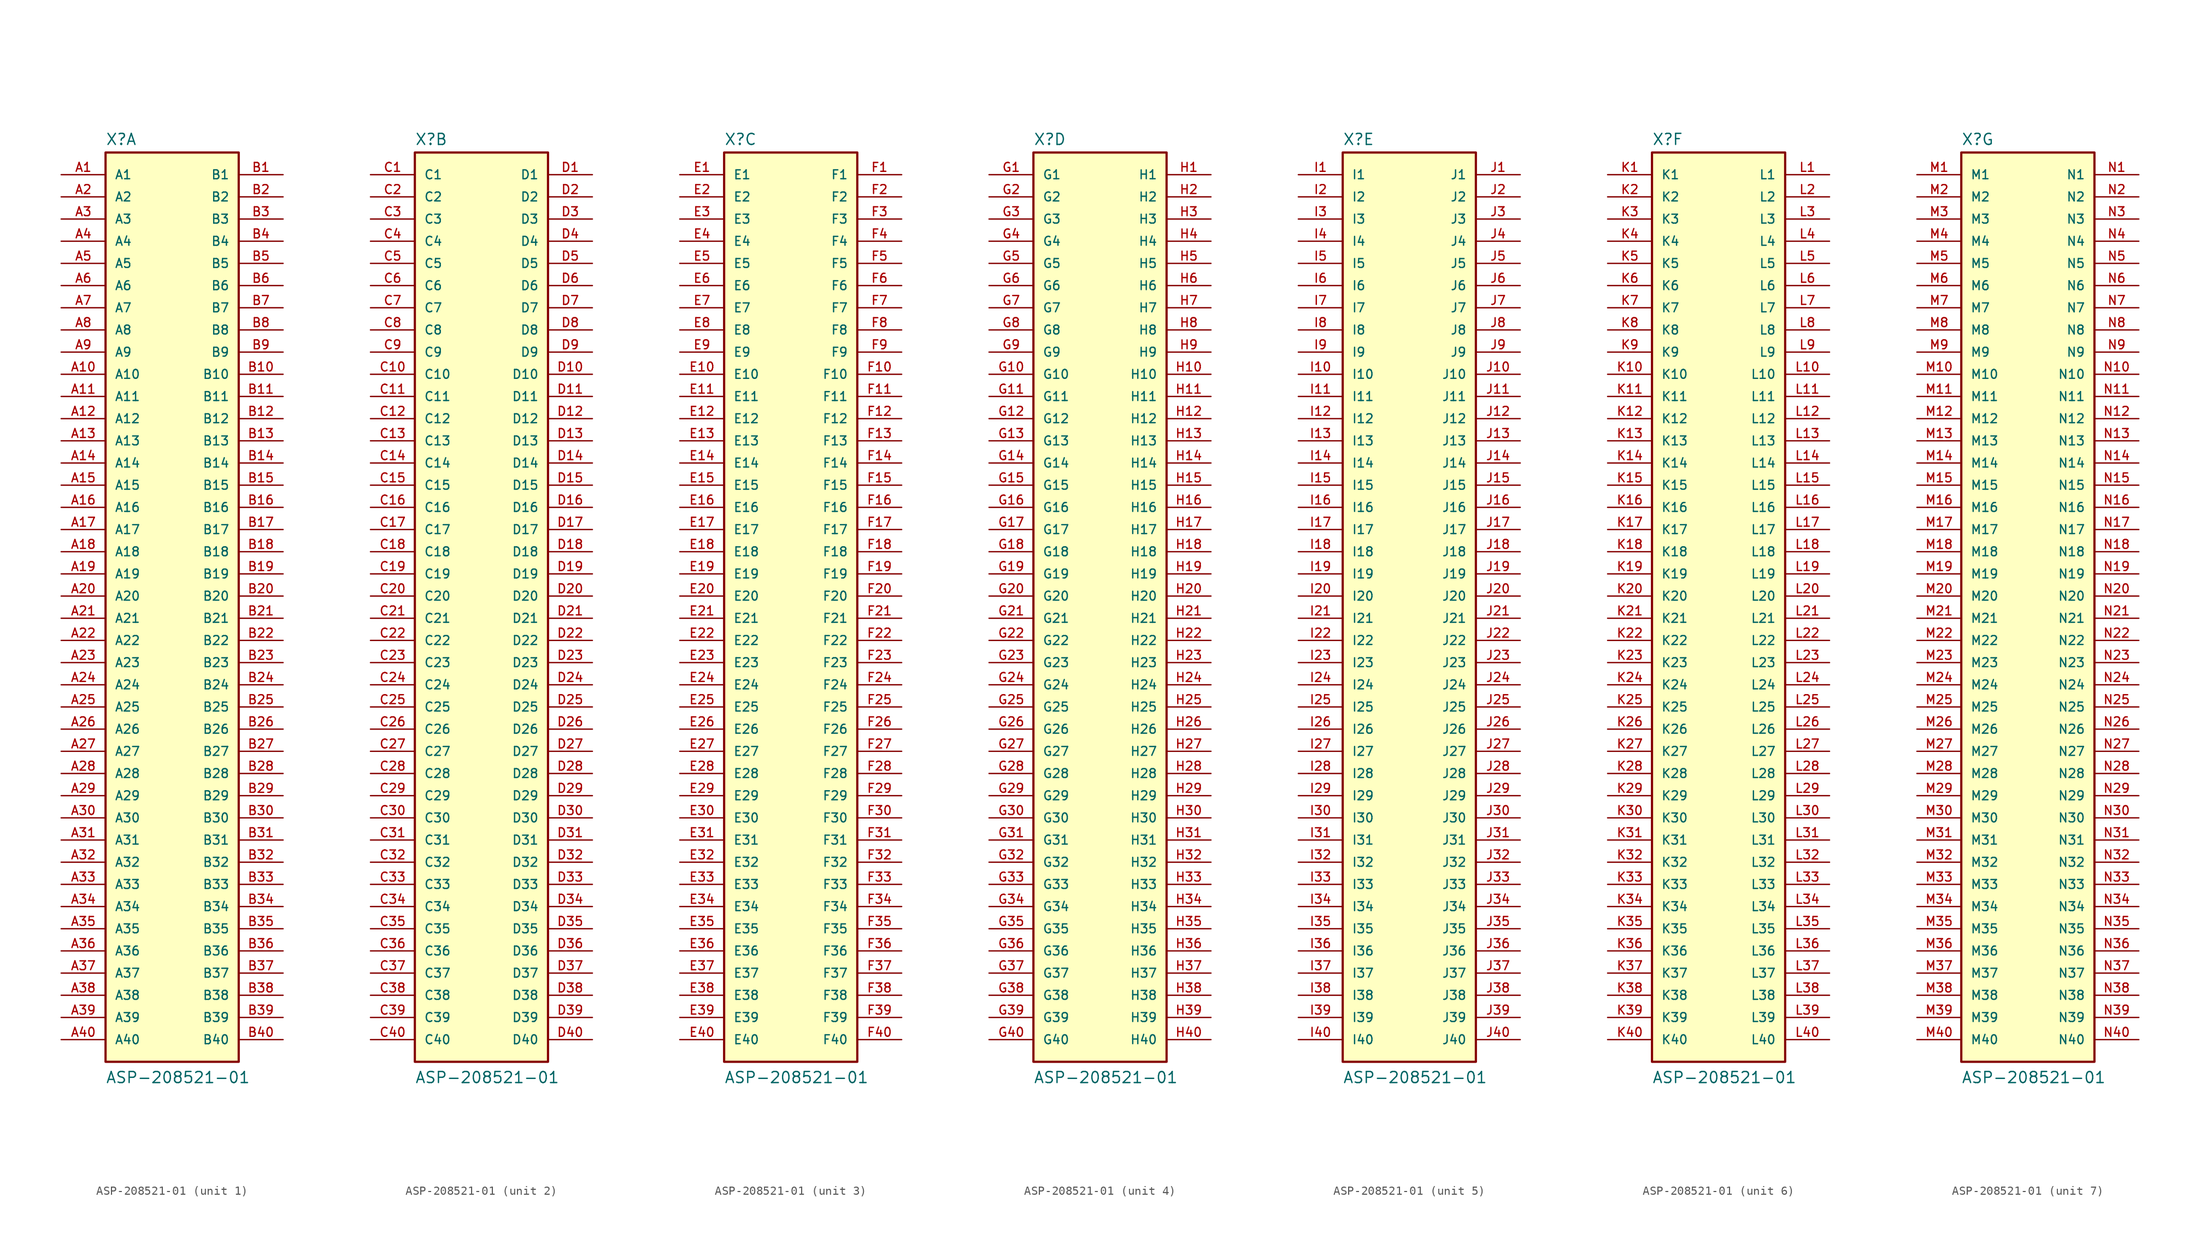
<source format=kicad_sym>
(kicad_symbol_lib
  (version 20241209)
  (generator "kicad_symbol_editor")
  (generator_version "9.0")
  (symbol "ASP-208521-01"
    (pin_names
      (offset 1.016))
    (property "Reference" "X"
      (at -7.62 54.102 0)
      (effects (font (size 1.27 1.27)) (justify left bottom)))
    (property "Value" "ASP-208521-01"
      (at -7.62 -53.34 0)
      (effects (font (size 1.27 1.27)) (justify left bottom)))
    (symbol "ASP-208521-01_1_0"
      (rectangle (start -7.62 -50.8) (end 7.62 53.34) (stroke (width 0.254) (type default)) (fill (type background)))
      (pin passive line (at -12.7 50.8 0) (length 5.08) (name "A1" (effects (font (size 1.016 1.016)))) (number "A1" (effects (font (size 1.016 1.016)))))
      (pin passive line (at -12.7 48.26 0) (length 5.08) (name "A2" (effects (font (size 1.016 1.016)))) (number "A2" (effects (font (size 1.016 1.016)))))
      (pin passive line (at -12.7 45.72 0) (length 5.08) (name "A3" (effects (font (size 1.016 1.016)))) (number "A3" (effects (font (size 1.016 1.016)))))
      (pin passive line (at -12.7 43.18 0) (length 5.08) (name "A4" (effects (font (size 1.016 1.016)))) (number "A4" (effects (font (size 1.016 1.016)))))
      (pin passive line (at -12.7 40.64 0) (length 5.08) (name "A5" (effects (font (size 1.016 1.016)))) (number "A5" (effects (font (size 1.016 1.016)))))
      (pin passive line (at -12.7 38.1 0) (length 5.08) (name "A6" (effects (font (size 1.016 1.016)))) (number "A6" (effects (font (size 1.016 1.016)))))
      (pin passive line (at -12.7 35.56 0) (length 5.08) (name "A7" (effects (font (size 1.016 1.016)))) (number "A7" (effects (font (size 1.016 1.016)))))
      (pin passive line (at -12.7 33.02 0) (length 5.08) (name "A8" (effects (font (size 1.016 1.016)))) (number "A8" (effects (font (size 1.016 1.016)))))
      (pin passive line (at -12.7 30.48 0) (length 5.08) (name "A9" (effects (font (size 1.016 1.016)))) (number "A9" (effects (font (size 1.016 1.016)))))
      (pin passive line (at -12.7 27.94 0) (length 5.08) (name "A10" (effects (font (size 1.016 1.016)))) (number "A10" (effects (font (size 1.016 1.016)))))
      (pin passive line (at -12.7 25.4 0) (length 5.08) (name "A11" (effects (font (size 1.016 1.016)))) (number "A11" (effects (font (size 1.016 1.016)))))
      (pin passive line (at -12.7 22.86 0) (length 5.08) (name "A12" (effects (font (size 1.016 1.016)))) (number "A12" (effects (font (size 1.016 1.016)))))
      (pin passive line (at -12.7 20.32 0) (length 5.08) (name "A13" (effects (font (size 1.016 1.016)))) (number "A13" (effects (font (size 1.016 1.016)))))
      (pin passive line (at -12.7 17.78 0) (length 5.08) (name "A14" (effects (font (size 1.016 1.016)))) (number "A14" (effects (font (size 1.016 1.016)))))
      (pin passive line (at -12.7 15.24 0) (length 5.08) (name "A15" (effects (font (size 1.016 1.016)))) (number "A15" (effects (font (size 1.016 1.016)))))
      (pin passive line (at -12.7 12.7 0) (length 5.08) (name "A16" (effects (font (size 1.016 1.016)))) (number "A16" (effects (font (size 1.016 1.016)))))
      (pin passive line (at -12.7 10.16 0) (length 5.08) (name "A17" (effects (font (size 1.016 1.016)))) (number "A17" (effects (font (size 1.016 1.016)))))
      (pin passive line (at -12.7 7.62 0) (length 5.08) (name "A18" (effects (font (size 1.016 1.016)))) (number "A18" (effects (font (size 1.016 1.016)))))
      (pin passive line (at -12.7 5.08 0) (length 5.08) (name "A19" (effects (font (size 1.016 1.016)))) (number "A19" (effects (font (size 1.016 1.016)))))
      (pin passive line (at -12.7 2.54 0) (length 5.08) (name "A20" (effects (font (size 1.016 1.016)))) (number "A20" (effects (font (size 1.016 1.016)))))
      (pin passive line (at -12.7 0 0) (length 5.08) (name "A21" (effects (font (size 1.016 1.016)))) (number "A21" (effects (font (size 1.016 1.016)))))
      (pin passive line (at -12.7 -2.54 0) (length 5.08) (name "A22" (effects (font (size 1.016 1.016)))) (number "A22" (effects (font (size 1.016 1.016)))))
      (pin passive line (at -12.7 -5.08 0) (length 5.08) (name "A23" (effects (font (size 1.016 1.016)))) (number "A23" (effects (font (size 1.016 1.016)))))
      (pin passive line (at -12.7 -7.62 0) (length 5.08) (name "A24" (effects (font (size 1.016 1.016)))) (number "A24" (effects (font (size 1.016 1.016)))))
      (pin passive line (at -12.7 -10.16 0) (length 5.08) (name "A25" (effects (font (size 1.016 1.016)))) (number "A25" (effects (font (size 1.016 1.016)))))
      (pin passive line (at -12.7 -12.7 0) (length 5.08) (name "A26" (effects (font (size 1.016 1.016)))) (number "A26" (effects (font (size 1.016 1.016)))))
      (pin passive line (at -12.7 -15.24 0) (length 5.08) (name "A27" (effects (font (size 1.016 1.016)))) (number "A27" (effects (font (size 1.016 1.016)))))
      (pin passive line (at -12.7 -17.78 0) (length 5.08) (name "A28" (effects (font (size 1.016 1.016)))) (number "A28" (effects (font (size 1.016 1.016)))))
      (pin passive line (at -12.7 -20.32 0) (length 5.08) (name "A29" (effects (font (size 1.016 1.016)))) (number "A29" (effects (font (size 1.016 1.016)))))
      (pin passive line (at -12.7 -22.86 0) (length 5.08) (name "A30" (effects (font (size 1.016 1.016)))) (number "A30" (effects (font (size 1.016 1.016)))))
      (pin passive line (at -12.7 -25.4 0) (length 5.08) (name "A31" (effects (font (size 1.016 1.016)))) (number "A31" (effects (font (size 1.016 1.016)))))
      (pin passive line (at -12.7 -27.94 0) (length 5.08) (name "A32" (effects (font (size 1.016 1.016)))) (number "A32" (effects (font (size 1.016 1.016)))))
      (pin passive line (at -12.7 -30.48 0) (length 5.08) (name "A33" (effects (font (size 1.016 1.016)))) (number "A33" (effects (font (size 1.016 1.016)))))
      (pin passive line (at -12.7 -33.02 0) (length 5.08) (name "A34" (effects (font (size 1.016 1.016)))) (number "A34" (effects (font (size 1.016 1.016)))))
      (pin passive line (at -12.7 -35.56 0) (length 5.08) (name "A35" (effects (font (size 1.016 1.016)))) (number "A35" (effects (font (size 1.016 1.016)))))
      (pin passive line (at -12.7 -38.1 0) (length 5.08) (name "A36" (effects (font (size 1.016 1.016)))) (number "A36" (effects (font (size 1.016 1.016)))))
      (pin passive line (at -12.7 -40.64 0) (length 5.08) (name "A37" (effects (font (size 1.016 1.016)))) (number "A37" (effects (font (size 1.016 1.016)))))
      (pin passive line (at -12.7 -43.18 0) (length 5.08) (name "A38" (effects (font (size 1.016 1.016)))) (number "A38" (effects (font (size 1.016 1.016)))))
      (pin passive line (at -12.7 -45.72 0) (length 5.08) (name "A39" (effects (font (size 1.016 1.016)))) (number "A39" (effects (font (size 1.016 1.016)))))
      (pin passive line (at -12.7 -48.26 0) (length 5.08) (name "A40" (effects (font (size 1.016 1.016)))) (number "A40" (effects (font (size 1.016 1.016)))))
      (pin passive line (at 12.7 50.8 180) (length 5.08) (name "B1" (effects (font (size 1.016 1.016)))) (number "B1" (effects (font (size 1.016 1.016)))))
      (pin passive line (at 12.7 48.26 180) (length 5.08) (name "B2" (effects (font (size 1.016 1.016)))) (number "B2" (effects (font (size 1.016 1.016)))))
      (pin passive line (at 12.7 45.72 180) (length 5.08) (name "B3" (effects (font (size 1.016 1.016)))) (number "B3" (effects (font (size 1.016 1.016)))))
      (pin passive line (at 12.7 43.18 180) (length 5.08) (name "B4" (effects (font (size 1.016 1.016)))) (number "B4" (effects (font (size 1.016 1.016)))))
      (pin passive line (at 12.7 40.64 180) (length 5.08) (name "B5" (effects (font (size 1.016 1.016)))) (number "B5" (effects (font (size 1.016 1.016)))))
      (pin passive line (at 12.7 38.1 180) (length 5.08) (name "B6" (effects (font (size 1.016 1.016)))) (number "B6" (effects (font (size 1.016 1.016)))))
      (pin passive line (at 12.7 35.56 180) (length 5.08) (name "B7" (effects (font (size 1.016 1.016)))) (number "B7" (effects (font (size 1.016 1.016)))))
      (pin passive line (at 12.7 33.02 180) (length 5.08) (name "B8" (effects (font (size 1.016 1.016)))) (number "B8" (effects (font (size 1.016 1.016)))))
      (pin passive line (at 12.7 30.48 180) (length 5.08) (name "B9" (effects (font (size 1.016 1.016)))) (number "B9" (effects (font (size 1.016 1.016)))))
      (pin passive line (at 12.7 27.94 180) (length 5.08) (name "B10" (effects (font (size 1.016 1.016)))) (number "B10" (effects (font (size 1.016 1.016)))))
      (pin passive line (at 12.7 25.4 180) (length 5.08) (name "B11" (effects (font (size 1.016 1.016)))) (number "B11" (effects (font (size 1.016 1.016)))))
      (pin passive line (at 12.7 22.86 180) (length 5.08) (name "B12" (effects (font (size 1.016 1.016)))) (number "B12" (effects (font (size 1.016 1.016)))))
      (pin passive line (at 12.7 20.32 180) (length 5.08) (name "B13" (effects (font (size 1.016 1.016)))) (number "B13" (effects (font (size 1.016 1.016)))))
      (pin passive line (at 12.7 17.78 180) (length 5.08) (name "B14" (effects (font (size 1.016 1.016)))) (number "B14" (effects (font (size 1.016 1.016)))))
      (pin passive line (at 12.7 15.24 180) (length 5.08) (name "B15" (effects (font (size 1.016 1.016)))) (number "B15" (effects (font (size 1.016 1.016)))))
      (pin passive line (at 12.7 12.7 180) (length 5.08) (name "B16" (effects (font (size 1.016 1.016)))) (number "B16" (effects (font (size 1.016 1.016)))))
      (pin passive line (at 12.7 10.16 180) (length 5.08) (name "B17" (effects (font (size 1.016 1.016)))) (number "B17" (effects (font (size 1.016 1.016)))))
      (pin passive line (at 12.7 7.62 180) (length 5.08) (name "B18" (effects (font (size 1.016 1.016)))) (number "B18" (effects (font (size 1.016 1.016)))))
      (pin passive line (at 12.7 5.08 180) (length 5.08) (name "B19" (effects (font (size 1.016 1.016)))) (number "B19" (effects (font (size 1.016 1.016)))))
      (pin passive line (at 12.7 2.54 180) (length 5.08) (name "B20" (effects (font (size 1.016 1.016)))) (number "B20" (effects (font (size 1.016 1.016)))))
      (pin passive line (at 12.7 0 180) (length 5.08) (name "B21" (effects (font (size 1.016 1.016)))) (number "B21" (effects (font (size 1.016 1.016)))))
      (pin passive line (at 12.7 -2.54 180) (length 5.08) (name "B22" (effects (font (size 1.016 1.016)))) (number "B22" (effects (font (size 1.016 1.016)))))
      (pin passive line (at 12.7 -5.08 180) (length 5.08) (name "B23" (effects (font (size 1.016 1.016)))) (number "B23" (effects (font (size 1.016 1.016)))))
      (pin passive line (at 12.7 -7.62 180) (length 5.08) (name "B24" (effects (font (size 1.016 1.016)))) (number "B24" (effects (font (size 1.016 1.016)))))
      (pin passive line (at 12.7 -10.16 180) (length 5.08) (name "B25" (effects (font (size 1.016 1.016)))) (number "B25" (effects (font (size 1.016 1.016)))))
      (pin passive line (at 12.7 -12.7 180) (length 5.08) (name "B26" (effects (font (size 1.016 1.016)))) (number "B26" (effects (font (size 1.016 1.016)))))
      (pin passive line (at 12.7 -15.24 180) (length 5.08) (name "B27" (effects (font (size 1.016 1.016)))) (number "B27" (effects (font (size 1.016 1.016)))))
      (pin passive line (at 12.7 -17.78 180) (length 5.08) (name "B28" (effects (font (size 1.016 1.016)))) (number "B28" (effects (font (size 1.016 1.016)))))
      (pin passive line (at 12.7 -20.32 180) (length 5.08) (name "B29" (effects (font (size 1.016 1.016)))) (number "B29" (effects (font (size 1.016 1.016)))))
      (pin passive line (at 12.7 -22.86 180) (length 5.08) (name "B30" (effects (font (size 1.016 1.016)))) (number "B30" (effects (font (size 1.016 1.016)))))
      (pin passive line (at 12.7 -25.4 180) (length 5.08) (name "B31" (effects (font (size 1.016 1.016)))) (number "B31" (effects (font (size 1.016 1.016)))))
      (pin passive line (at 12.7 -27.94 180) (length 5.08) (name "B32" (effects (font (size 1.016 1.016)))) (number "B32" (effects (font (size 1.016 1.016)))))
      (pin passive line (at 12.7 -30.48 180) (length 5.08) (name "B33" (effects (font (size 1.016 1.016)))) (number "B33" (effects (font (size 1.016 1.016)))))
      (pin passive line (at 12.7 -33.02 180) (length 5.08) (name "B34" (effects (font (size 1.016 1.016)))) (number "B34" (effects (font (size 1.016 1.016)))))
      (pin passive line (at 12.7 -35.56 180) (length 5.08) (name "B35" (effects (font (size 1.016 1.016)))) (number "B35" (effects (font (size 1.016 1.016)))))
      (pin passive line (at 12.7 -38.1 180) (length 5.08) (name "B36" (effects (font (size 1.016 1.016)))) (number "B36" (effects (font (size 1.016 1.016)))))
      (pin passive line (at 12.7 -40.64 180) (length 5.08) (name "B37" (effects (font (size 1.016 1.016)))) (number "B37" (effects (font (size 1.016 1.016)))))
      (pin passive line (at 12.7 -43.18 180) (length 5.08) (name "B38" (effects (font (size 1.016 1.016)))) (number "B38" (effects (font (size 1.016 1.016)))))
      (pin passive line (at 12.7 -45.72 180) (length 5.08) (name "B39" (effects (font (size 1.016 1.016)))) (number "B39" (effects (font (size 1.016 1.016)))))
      (pin passive line (at 12.7 -48.26 180) (length 5.08) (name "B40" (effects (font (size 1.016 1.016)))) (number "B40" (effects (font (size 1.016 1.016))))))
    (symbol "ASP-208521-01_2_0"
      (rectangle (start -7.62 -50.8) (end 7.62 53.34) (stroke (width 0.254) (type default)) (fill (type background)))
      (pin passive line (at -12.7 50.8 0) (length 5.08) (name "C1" (effects (font (size 1.016 1.016)))) (number "C1" (effects (font (size 1.016 1.016)))))
      (pin passive line (at -12.7 48.26 0) (length 5.08) (name "C2" (effects (font (size 1.016 1.016)))) (number "C2" (effects (font (size 1.016 1.016)))))
      (pin passive line (at -12.7 45.72 0) (length 5.08) (name "C3" (effects (font (size 1.016 1.016)))) (number "C3" (effects (font (size 1.016 1.016)))))
      (pin passive line (at -12.7 43.18 0) (length 5.08) (name "C4" (effects (font (size 1.016 1.016)))) (number "C4" (effects (font (size 1.016 1.016)))))
      (pin passive line (at -12.7 40.64 0) (length 5.08) (name "C5" (effects (font (size 1.016 1.016)))) (number "C5" (effects (font (size 1.016 1.016)))))
      (pin passive line (at -12.7 38.1 0) (length 5.08) (name "C6" (effects (font (size 1.016 1.016)))) (number "C6" (effects (font (size 1.016 1.016)))))
      (pin passive line (at -12.7 35.56 0) (length 5.08) (name "C7" (effects (font (size 1.016 1.016)))) (number "C7" (effects (font (size 1.016 1.016)))))
      (pin passive line (at -12.7 33.02 0) (length 5.08) (name "C8" (effects (font (size 1.016 1.016)))) (number "C8" (effects (font (size 1.016 1.016)))))
      (pin passive line (at -12.7 30.48 0) (length 5.08) (name "C9" (effects (font (size 1.016 1.016)))) (number "C9" (effects (font (size 1.016 1.016)))))
      (pin passive line (at -12.7 27.94 0) (length 5.08) (name "C10" (effects (font (size 1.016 1.016)))) (number "C10" (effects (font (size 1.016 1.016)))))
      (pin passive line (at -12.7 25.4 0) (length 5.08) (name "C11" (effects (font (size 1.016 1.016)))) (number "C11" (effects (font (size 1.016 1.016)))))
      (pin passive line (at -12.7 22.86 0) (length 5.08) (name "C12" (effects (font (size 1.016 1.016)))) (number "C12" (effects (font (size 1.016 1.016)))))
      (pin passive line (at -12.7 20.32 0) (length 5.08) (name "C13" (effects (font (size 1.016 1.016)))) (number "C13" (effects (font (size 1.016 1.016)))))
      (pin passive line (at -12.7 17.78 0) (length 5.08) (name "C14" (effects (font (size 1.016 1.016)))) (number "C14" (effects (font (size 1.016 1.016)))))
      (pin passive line (at -12.7 15.24 0) (length 5.08) (name "C15" (effects (font (size 1.016 1.016)))) (number "C15" (effects (font (size 1.016 1.016)))))
      (pin passive line (at -12.7 12.7 0) (length 5.08) (name "C16" (effects (font (size 1.016 1.016)))) (number "C16" (effects (font (size 1.016 1.016)))))
      (pin passive line (at -12.7 10.16 0) (length 5.08) (name "C17" (effects (font (size 1.016 1.016)))) (number "C17" (effects (font (size 1.016 1.016)))))
      (pin passive line (at -12.7 7.62 0) (length 5.08) (name "C18" (effects (font (size 1.016 1.016)))) (number "C18" (effects (font (size 1.016 1.016)))))
      (pin passive line (at -12.7 5.08 0) (length 5.08) (name "C19" (effects (font (size 1.016 1.016)))) (number "C19" (effects (font (size 1.016 1.016)))))
      (pin passive line (at -12.7 2.54 0) (length 5.08) (name "C20" (effects (font (size 1.016 1.016)))) (number "C20" (effects (font (size 1.016 1.016)))))
      (pin passive line (at -12.7 0 0) (length 5.08) (name "C21" (effects (font (size 1.016 1.016)))) (number "C21" (effects (font (size 1.016 1.016)))))
      (pin passive line (at -12.7 -2.54 0) (length 5.08) (name "C22" (effects (font (size 1.016 1.016)))) (number "C22" (effects (font (size 1.016 1.016)))))
      (pin passive line (at -12.7 -5.08 0) (length 5.08) (name "C23" (effects (font (size 1.016 1.016)))) (number "C23" (effects (font (size 1.016 1.016)))))
      (pin passive line (at -12.7 -7.62 0) (length 5.08) (name "C24" (effects (font (size 1.016 1.016)))) (number "C24" (effects (font (size 1.016 1.016)))))
      (pin passive line (at -12.7 -10.16 0) (length 5.08) (name "C25" (effects (font (size 1.016 1.016)))) (number "C25" (effects (font (size 1.016 1.016)))))
      (pin passive line (at -12.7 -12.7 0) (length 5.08) (name "C26" (effects (font (size 1.016 1.016)))) (number "C26" (effects (font (size 1.016 1.016)))))
      (pin passive line (at -12.7 -15.24 0) (length 5.08) (name "C27" (effects (font (size 1.016 1.016)))) (number "C27" (effects (font (size 1.016 1.016)))))
      (pin passive line (at -12.7 -17.78 0) (length 5.08) (name "C28" (effects (font (size 1.016 1.016)))) (number "C28" (effects (font (size 1.016 1.016)))))
      (pin passive line (at -12.7 -20.32 0) (length 5.08) (name "C29" (effects (font (size 1.016 1.016)))) (number "C29" (effects (font (size 1.016 1.016)))))
      (pin passive line (at -12.7 -22.86 0) (length 5.08) (name "C30" (effects (font (size 1.016 1.016)))) (number "C30" (effects (font (size 1.016 1.016)))))
      (pin passive line (at -12.7 -25.4 0) (length 5.08) (name "C31" (effects (font (size 1.016 1.016)))) (number "C31" (effects (font (size 1.016 1.016)))))
      (pin passive line (at -12.7 -27.94 0) (length 5.08) (name "C32" (effects (font (size 1.016 1.016)))) (number "C32" (effects (font (size 1.016 1.016)))))
      (pin passive line (at -12.7 -30.48 0) (length 5.08) (name "C33" (effects (font (size 1.016 1.016)))) (number "C33" (effects (font (size 1.016 1.016)))))
      (pin passive line (at -12.7 -33.02 0) (length 5.08) (name "C34" (effects (font (size 1.016 1.016)))) (number "C34" (effects (font (size 1.016 1.016)))))
      (pin passive line (at -12.7 -35.56 0) (length 5.08) (name "C35" (effects (font (size 1.016 1.016)))) (number "C35" (effects (font (size 1.016 1.016)))))
      (pin passive line (at -12.7 -38.1 0) (length 5.08) (name "C36" (effects (font (size 1.016 1.016)))) (number "C36" (effects (font (size 1.016 1.016)))))
      (pin passive line (at -12.7 -40.64 0) (length 5.08) (name "C37" (effects (font (size 1.016 1.016)))) (number "C37" (effects (font (size 1.016 1.016)))))
      (pin passive line (at -12.7 -43.18 0) (length 5.08) (name "C38" (effects (font (size 1.016 1.016)))) (number "C38" (effects (font (size 1.016 1.016)))))
      (pin passive line (at -12.7 -45.72 0) (length 5.08) (name "C39" (effects (font (size 1.016 1.016)))) (number "C39" (effects (font (size 1.016 1.016)))))
      (pin passive line (at -12.7 -48.26 0) (length 5.08) (name "C40" (effects (font (size 1.016 1.016)))) (number "C40" (effects (font (size 1.016 1.016)))))
      (pin passive line (at 12.7 50.8 180) (length 5.08) (name "D1" (effects (font (size 1.016 1.016)))) (number "D1" (effects (font (size 1.016 1.016)))))
      (pin passive line (at 12.7 48.26 180) (length 5.08) (name "D2" (effects (font (size 1.016 1.016)))) (number "D2" (effects (font (size 1.016 1.016)))))
      (pin passive line (at 12.7 45.72 180) (length 5.08) (name "D3" (effects (font (size 1.016 1.016)))) (number "D3" (effects (font (size 1.016 1.016)))))
      (pin passive line (at 12.7 43.18 180) (length 5.08) (name "D4" (effects (font (size 1.016 1.016)))) (number "D4" (effects (font (size 1.016 1.016)))))
      (pin passive line (at 12.7 40.64 180) (length 5.08) (name "D5" (effects (font (size 1.016 1.016)))) (number "D5" (effects (font (size 1.016 1.016)))))
      (pin passive line (at 12.7 38.1 180) (length 5.08) (name "D6" (effects (font (size 1.016 1.016)))) (number "D6" (effects (font (size 1.016 1.016)))))
      (pin passive line (at 12.7 35.56 180) (length 5.08) (name "D7" (effects (font (size 1.016 1.016)))) (number "D7" (effects (font (size 1.016 1.016)))))
      (pin passive line (at 12.7 33.02 180) (length 5.08) (name "D8" (effects (font (size 1.016 1.016)))) (number "D8" (effects (font (size 1.016 1.016)))))
      (pin passive line (at 12.7 30.48 180) (length 5.08) (name "D9" (effects (font (size 1.016 1.016)))) (number "D9" (effects (font (size 1.016 1.016)))))
      (pin passive line (at 12.7 27.94 180) (length 5.08) (name "D10" (effects (font (size 1.016 1.016)))) (number "D10" (effects (font (size 1.016 1.016)))))
      (pin passive line (at 12.7 25.4 180) (length 5.08) (name "D11" (effects (font (size 1.016 1.016)))) (number "D11" (effects (font (size 1.016 1.016)))))
      (pin passive line (at 12.7 22.86 180) (length 5.08) (name "D12" (effects (font (size 1.016 1.016)))) (number "D12" (effects (font (size 1.016 1.016)))))
      (pin passive line (at 12.7 20.32 180) (length 5.08) (name "D13" (effects (font (size 1.016 1.016)))) (number "D13" (effects (font (size 1.016 1.016)))))
      (pin passive line (at 12.7 17.78 180) (length 5.08) (name "D14" (effects (font (size 1.016 1.016)))) (number "D14" (effects (font (size 1.016 1.016)))))
      (pin passive line (at 12.7 15.24 180) (length 5.08) (name "D15" (effects (font (size 1.016 1.016)))) (number "D15" (effects (font (size 1.016 1.016)))))
      (pin passive line (at 12.7 12.7 180) (length 5.08) (name "D16" (effects (font (size 1.016 1.016)))) (number "D16" (effects (font (size 1.016 1.016)))))
      (pin passive line (at 12.7 10.16 180) (length 5.08) (name "D17" (effects (font (size 1.016 1.016)))) (number "D17" (effects (font (size 1.016 1.016)))))
      (pin passive line (at 12.7 7.62 180) (length 5.08) (name "D18" (effects (font (size 1.016 1.016)))) (number "D18" (effects (font (size 1.016 1.016)))))
      (pin passive line (at 12.7 5.08 180) (length 5.08) (name "D19" (effects (font (size 1.016 1.016)))) (number "D19" (effects (font (size 1.016 1.016)))))
      (pin passive line (at 12.7 2.54 180) (length 5.08) (name "D20" (effects (font (size 1.016 1.016)))) (number "D20" (effects (font (size 1.016 1.016)))))
      (pin passive line (at 12.7 0 180) (length 5.08) (name "D21" (effects (font (size 1.016 1.016)))) (number "D21" (effects (font (size 1.016 1.016)))))
      (pin passive line (at 12.7 -2.54 180) (length 5.08) (name "D22" (effects (font (size 1.016 1.016)))) (number "D22" (effects (font (size 1.016 1.016)))))
      (pin passive line (at 12.7 -5.08 180) (length 5.08) (name "D23" (effects (font (size 1.016 1.016)))) (number "D23" (effects (font (size 1.016 1.016)))))
      (pin passive line (at 12.7 -7.62 180) (length 5.08) (name "D24" (effects (font (size 1.016 1.016)))) (number "D24" (effects (font (size 1.016 1.016)))))
      (pin passive line (at 12.7 -10.16 180) (length 5.08) (name "D25" (effects (font (size 1.016 1.016)))) (number "D25" (effects (font (size 1.016 1.016)))))
      (pin passive line (at 12.7 -12.7 180) (length 5.08) (name "D26" (effects (font (size 1.016 1.016)))) (number "D26" (effects (font (size 1.016 1.016)))))
      (pin passive line (at 12.7 -15.24 180) (length 5.08) (name "D27" (effects (font (size 1.016 1.016)))) (number "D27" (effects (font (size 1.016 1.016)))))
      (pin passive line (at 12.7 -17.78 180) (length 5.08) (name "D28" (effects (font (size 1.016 1.016)))) (number "D28" (effects (font (size 1.016 1.016)))))
      (pin passive line (at 12.7 -20.32 180) (length 5.08) (name "D29" (effects (font (size 1.016 1.016)))) (number "D29" (effects (font (size 1.016 1.016)))))
      (pin passive line (at 12.7 -22.86 180) (length 5.08) (name "D30" (effects (font (size 1.016 1.016)))) (number "D30" (effects (font (size 1.016 1.016)))))
      (pin passive line (at 12.7 -25.4 180) (length 5.08) (name "D31" (effects (font (size 1.016 1.016)))) (number "D31" (effects (font (size 1.016 1.016)))))
      (pin passive line (at 12.7 -27.94 180) (length 5.08) (name "D32" (effects (font (size 1.016 1.016)))) (number "D32" (effects (font (size 1.016 1.016)))))
      (pin passive line (at 12.7 -30.48 180) (length 5.08) (name "D33" (effects (font (size 1.016 1.016)))) (number "D33" (effects (font (size 1.016 1.016)))))
      (pin passive line (at 12.7 -33.02 180) (length 5.08) (name "D34" (effects (font (size 1.016 1.016)))) (number "D34" (effects (font (size 1.016 1.016)))))
      (pin passive line (at 12.7 -35.56 180) (length 5.08) (name "D35" (effects (font (size 1.016 1.016)))) (number "D35" (effects (font (size 1.016 1.016)))))
      (pin passive line (at 12.7 -38.1 180) (length 5.08) (name "D36" (effects (font (size 1.016 1.016)))) (number "D36" (effects (font (size 1.016 1.016)))))
      (pin passive line (at 12.7 -40.64 180) (length 5.08) (name "D37" (effects (font (size 1.016 1.016)))) (number "D37" (effects (font (size 1.016 1.016)))))
      (pin passive line (at 12.7 -43.18 180) (length 5.08) (name "D38" (effects (font (size 1.016 1.016)))) (number "D38" (effects (font (size 1.016 1.016)))))
      (pin passive line (at 12.7 -45.72 180) (length 5.08) (name "D39" (effects (font (size 1.016 1.016)))) (number "D39" (effects (font (size 1.016 1.016)))))
      (pin passive line (at 12.7 -48.26 180) (length 5.08) (name "D40" (effects (font (size 1.016 1.016)))) (number "D40" (effects (font (size 1.016 1.016))))))
    (symbol "ASP-208521-01_3_0"
      (rectangle (start -7.62 -50.8) (end 7.62 53.34) (stroke (width 0.254) (type default)) (fill (type background)))
      (pin passive line (at -12.7 50.8 0) (length 5.08) (name "E1" (effects (font (size 1.016 1.016)))) (number "E1" (effects (font (size 1.016 1.016)))))
      (pin passive line (at -12.7 48.26 0) (length 5.08) (name "E2" (effects (font (size 1.016 1.016)))) (number "E2" (effects (font (size 1.016 1.016)))))
      (pin passive line (at -12.7 45.72 0) (length 5.08) (name "E3" (effects (font (size 1.016 1.016)))) (number "E3" (effects (font (size 1.016 1.016)))))
      (pin passive line (at -12.7 43.18 0) (length 5.08) (name "E4" (effects (font (size 1.016 1.016)))) (number "E4" (effects (font (size 1.016 1.016)))))
      (pin passive line (at -12.7 40.64 0) (length 5.08) (name "E5" (effects (font (size 1.016 1.016)))) (number "E5" (effects (font (size 1.016 1.016)))))
      (pin passive line (at -12.7 38.1 0) (length 5.08) (name "E6" (effects (font (size 1.016 1.016)))) (number "E6" (effects (font (size 1.016 1.016)))))
      (pin passive line (at -12.7 35.56 0) (length 5.08) (name "E7" (effects (font (size 1.016 1.016)))) (number "E7" (effects (font (size 1.016 1.016)))))
      (pin passive line (at -12.7 33.02 0) (length 5.08) (name "E8" (effects (font (size 1.016 1.016)))) (number "E8" (effects (font (size 1.016 1.016)))))
      (pin passive line (at -12.7 30.48 0) (length 5.08) (name "E9" (effects (font (size 1.016 1.016)))) (number "E9" (effects (font (size 1.016 1.016)))))
      (pin passive line (at -12.7 27.94 0) (length 5.08) (name "E10" (effects (font (size 1.016 1.016)))) (number "E10" (effects (font (size 1.016 1.016)))))
      (pin passive line (at -12.7 25.4 0) (length 5.08) (name "E11" (effects (font (size 1.016 1.016)))) (number "E11" (effects (font (size 1.016 1.016)))))
      (pin passive line (at -12.7 22.86 0) (length 5.08) (name "E12" (effects (font (size 1.016 1.016)))) (number "E12" (effects (font (size 1.016 1.016)))))
      (pin passive line (at -12.7 20.32 0) (length 5.08) (name "E13" (effects (font (size 1.016 1.016)))) (number "E13" (effects (font (size 1.016 1.016)))))
      (pin passive line (at -12.7 17.78 0) (length 5.08) (name "E14" (effects (font (size 1.016 1.016)))) (number "E14" (effects (font (size 1.016 1.016)))))
      (pin passive line (at -12.7 15.24 0) (length 5.08) (name "E15" (effects (font (size 1.016 1.016)))) (number "E15" (effects (font (size 1.016 1.016)))))
      (pin passive line (at -12.7 12.7 0) (length 5.08) (name "E16" (effects (font (size 1.016 1.016)))) (number "E16" (effects (font (size 1.016 1.016)))))
      (pin passive line (at -12.7 10.16 0) (length 5.08) (name "E17" (effects (font (size 1.016 1.016)))) (number "E17" (effects (font (size 1.016 1.016)))))
      (pin passive line (at -12.7 7.62 0) (length 5.08) (name "E18" (effects (font (size 1.016 1.016)))) (number "E18" (effects (font (size 1.016 1.016)))))
      (pin passive line (at -12.7 5.08 0) (length 5.08) (name "E19" (effects (font (size 1.016 1.016)))) (number "E19" (effects (font (size 1.016 1.016)))))
      (pin passive line (at -12.7 2.54 0) (length 5.08) (name "E20" (effects (font (size 1.016 1.016)))) (number "E20" (effects (font (size 1.016 1.016)))))
      (pin passive line (at -12.7 0 0) (length 5.08) (name "E21" (effects (font (size 1.016 1.016)))) (number "E21" (effects (font (size 1.016 1.016)))))
      (pin passive line (at -12.7 -2.54 0) (length 5.08) (name "E22" (effects (font (size 1.016 1.016)))) (number "E22" (effects (font (size 1.016 1.016)))))
      (pin passive line (at -12.7 -5.08 0) (length 5.08) (name "E23" (effects (font (size 1.016 1.016)))) (number "E23" (effects (font (size 1.016 1.016)))))
      (pin passive line (at -12.7 -7.62 0) (length 5.08) (name "E24" (effects (font (size 1.016 1.016)))) (number "E24" (effects (font (size 1.016 1.016)))))
      (pin passive line (at -12.7 -10.16 0) (length 5.08) (name "E25" (effects (font (size 1.016 1.016)))) (number "E25" (effects (font (size 1.016 1.016)))))
      (pin passive line (at -12.7 -12.7 0) (length 5.08) (name "E26" (effects (font (size 1.016 1.016)))) (number "E26" (effects (font (size 1.016 1.016)))))
      (pin passive line (at -12.7 -15.24 0) (length 5.08) (name "E27" (effects (font (size 1.016 1.016)))) (number "E27" (effects (font (size 1.016 1.016)))))
      (pin passive line (at -12.7 -17.78 0) (length 5.08) (name "E28" (effects (font (size 1.016 1.016)))) (number "E28" (effects (font (size 1.016 1.016)))))
      (pin passive line (at -12.7 -20.32 0) (length 5.08) (name "E29" (effects (font (size 1.016 1.016)))) (number "E29" (effects (font (size 1.016 1.016)))))
      (pin passive line (at -12.7 -22.86 0) (length 5.08) (name "E30" (effects (font (size 1.016 1.016)))) (number "E30" (effects (font (size 1.016 1.016)))))
      (pin passive line (at -12.7 -25.4 0) (length 5.08) (name "E31" (effects (font (size 1.016 1.016)))) (number "E31" (effects (font (size 1.016 1.016)))))
      (pin passive line (at -12.7 -27.94 0) (length 5.08) (name "E32" (effects (font (size 1.016 1.016)))) (number "E32" (effects (font (size 1.016 1.016)))))
      (pin passive line (at -12.7 -30.48 0) (length 5.08) (name "E33" (effects (font (size 1.016 1.016)))) (number "E33" (effects (font (size 1.016 1.016)))))
      (pin passive line (at -12.7 -33.02 0) (length 5.08) (name "E34" (effects (font (size 1.016 1.016)))) (number "E34" (effects (font (size 1.016 1.016)))))
      (pin passive line (at -12.7 -35.56 0) (length 5.08) (name "E35" (effects (font (size 1.016 1.016)))) (number "E35" (effects (font (size 1.016 1.016)))))
      (pin passive line (at -12.7 -38.1 0) (length 5.08) (name "E36" (effects (font (size 1.016 1.016)))) (number "E36" (effects (font (size 1.016 1.016)))))
      (pin passive line (at -12.7 -40.64 0) (length 5.08) (name "E37" (effects (font (size 1.016 1.016)))) (number "E37" (effects (font (size 1.016 1.016)))))
      (pin passive line (at -12.7 -43.18 0) (length 5.08) (name "E38" (effects (font (size 1.016 1.016)))) (number "E38" (effects (font (size 1.016 1.016)))))
      (pin passive line (at -12.7 -45.72 0) (length 5.08) (name "E39" (effects (font (size 1.016 1.016)))) (number "E39" (effects (font (size 1.016 1.016)))))
      (pin passive line (at -12.7 -48.26 0) (length 5.08) (name "E40" (effects (font (size 1.016 1.016)))) (number "E40" (effects (font (size 1.016 1.016)))))
      (pin passive line (at 12.7 50.8 180) (length 5.08) (name "F1" (effects (font (size 1.016 1.016)))) (number "F1" (effects (font (size 1.016 1.016)))))
      (pin passive line (at 12.7 48.26 180) (length 5.08) (name "F2" (effects (font (size 1.016 1.016)))) (number "F2" (effects (font (size 1.016 1.016)))))
      (pin passive line (at 12.7 45.72 180) (length 5.08) (name "F3" (effects (font (size 1.016 1.016)))) (number "F3" (effects (font (size 1.016 1.016)))))
      (pin passive line (at 12.7 43.18 180) (length 5.08) (name "F4" (effects (font (size 1.016 1.016)))) (number "F4" (effects (font (size 1.016 1.016)))))
      (pin passive line (at 12.7 40.64 180) (length 5.08) (name "F5" (effects (font (size 1.016 1.016)))) (number "F5" (effects (font (size 1.016 1.016)))))
      (pin passive line (at 12.7 38.1 180) (length 5.08) (name "F6" (effects (font (size 1.016 1.016)))) (number "F6" (effects (font (size 1.016 1.016)))))
      (pin passive line (at 12.7 35.56 180) (length 5.08) (name "F7" (effects (font (size 1.016 1.016)))) (number "F7" (effects (font (size 1.016 1.016)))))
      (pin passive line (at 12.7 33.02 180) (length 5.08) (name "F8" (effects (font (size 1.016 1.016)))) (number "F8" (effects (font (size 1.016 1.016)))))
      (pin passive line (at 12.7 30.48 180) (length 5.08) (name "F9" (effects (font (size 1.016 1.016)))) (number "F9" (effects (font (size 1.016 1.016)))))
      (pin passive line (at 12.7 27.94 180) (length 5.08) (name "F10" (effects (font (size 1.016 1.016)))) (number "F10" (effects (font (size 1.016 1.016)))))
      (pin passive line (at 12.7 25.4 180) (length 5.08) (name "F11" (effects (font (size 1.016 1.016)))) (number "F11" (effects (font (size 1.016 1.016)))))
      (pin passive line (at 12.7 22.86 180) (length 5.08) (name "F12" (effects (font (size 1.016 1.016)))) (number "F12" (effects (font (size 1.016 1.016)))))
      (pin passive line (at 12.7 20.32 180) (length 5.08) (name "F13" (effects (font (size 1.016 1.016)))) (number "F13" (effects (font (size 1.016 1.016)))))
      (pin passive line (at 12.7 17.78 180) (length 5.08) (name "F14" (effects (font (size 1.016 1.016)))) (number "F14" (effects (font (size 1.016 1.016)))))
      (pin passive line (at 12.7 15.24 180) (length 5.08) (name "F15" (effects (font (size 1.016 1.016)))) (number "F15" (effects (font (size 1.016 1.016)))))
      (pin passive line (at 12.7 12.7 180) (length 5.08) (name "F16" (effects (font (size 1.016 1.016)))) (number "F16" (effects (font (size 1.016 1.016)))))
      (pin passive line (at 12.7 10.16 180) (length 5.08) (name "F17" (effects (font (size 1.016 1.016)))) (number "F17" (effects (font (size 1.016 1.016)))))
      (pin passive line (at 12.7 7.62 180) (length 5.08) (name "F18" (effects (font (size 1.016 1.016)))) (number "F18" (effects (font (size 1.016 1.016)))))
      (pin passive line (at 12.7 5.08 180) (length 5.08) (name "F19" (effects (font (size 1.016 1.016)))) (number "F19" (effects (font (size 1.016 1.016)))))
      (pin passive line (at 12.7 2.54 180) (length 5.08) (name "F20" (effects (font (size 1.016 1.016)))) (number "F20" (effects (font (size 1.016 1.016)))))
      (pin passive line (at 12.7 0 180) (length 5.08) (name "F21" (effects (font (size 1.016 1.016)))) (number "F21" (effects (font (size 1.016 1.016)))))
      (pin passive line (at 12.7 -2.54 180) (length 5.08) (name "F22" (effects (font (size 1.016 1.016)))) (number "F22" (effects (font (size 1.016 1.016)))))
      (pin passive line (at 12.7 -5.08 180) (length 5.08) (name "F23" (effects (font (size 1.016 1.016)))) (number "F23" (effects (font (size 1.016 1.016)))))
      (pin passive line (at 12.7 -7.62 180) (length 5.08) (name "F24" (effects (font (size 1.016 1.016)))) (number "F24" (effects (font (size 1.016 1.016)))))
      (pin passive line (at 12.7 -10.16 180) (length 5.08) (name "F25" (effects (font (size 1.016 1.016)))) (number "F25" (effects (font (size 1.016 1.016)))))
      (pin passive line (at 12.7 -12.7 180) (length 5.08) (name "F26" (effects (font (size 1.016 1.016)))) (number "F26" (effects (font (size 1.016 1.016)))))
      (pin passive line (at 12.7 -15.24 180) (length 5.08) (name "F27" (effects (font (size 1.016 1.016)))) (number "F27" (effects (font (size 1.016 1.016)))))
      (pin passive line (at 12.7 -17.78 180) (length 5.08) (name "F28" (effects (font (size 1.016 1.016)))) (number "F28" (effects (font (size 1.016 1.016)))))
      (pin passive line (at 12.7 -20.32 180) (length 5.08) (name "F29" (effects (font (size 1.016 1.016)))) (number "F29" (effects (font (size 1.016 1.016)))))
      (pin passive line (at 12.7 -22.86 180) (length 5.08) (name "F30" (effects (font (size 1.016 1.016)))) (number "F30" (effects (font (size 1.016 1.016)))))
      (pin passive line (at 12.7 -25.4 180) (length 5.08) (name "F31" (effects (font (size 1.016 1.016)))) (number "F31" (effects (font (size 1.016 1.016)))))
      (pin passive line (at 12.7 -27.94 180) (length 5.08) (name "F32" (effects (font (size 1.016 1.016)))) (number "F32" (effects (font (size 1.016 1.016)))))
      (pin passive line (at 12.7 -30.48 180) (length 5.08) (name "F33" (effects (font (size 1.016 1.016)))) (number "F33" (effects (font (size 1.016 1.016)))))
      (pin passive line (at 12.7 -33.02 180) (length 5.08) (name "F34" (effects (font (size 1.016 1.016)))) (number "F34" (effects (font (size 1.016 1.016)))))
      (pin passive line (at 12.7 -35.56 180) (length 5.08) (name "F35" (effects (font (size 1.016 1.016)))) (number "F35" (effects (font (size 1.016 1.016)))))
      (pin passive line (at 12.7 -38.1 180) (length 5.08) (name "F36" (effects (font (size 1.016 1.016)))) (number "F36" (effects (font (size 1.016 1.016)))))
      (pin passive line (at 12.7 -40.64 180) (length 5.08) (name "F37" (effects (font (size 1.016 1.016)))) (number "F37" (effects (font (size 1.016 1.016)))))
      (pin passive line (at 12.7 -43.18 180) (length 5.08) (name "F38" (effects (font (size 1.016 1.016)))) (number "F38" (effects (font (size 1.016 1.016)))))
      (pin passive line (at 12.7 -45.72 180) (length 5.08) (name "F39" (effects (font (size 1.016 1.016)))) (number "F39" (effects (font (size 1.016 1.016)))))
      (pin passive line (at 12.7 -48.26 180) (length 5.08) (name "F40" (effects (font (size 1.016 1.016)))) (number "F40" (effects (font (size 1.016 1.016))))))
    (symbol "ASP-208521-01_4_0"
      (rectangle (start -7.62 -50.8) (end 7.62 53.34) (stroke (width 0.254) (type default)) (fill (type background)))
      (pin passive line (at -12.7 50.8 0) (length 5.08) (name "G1" (effects (font (size 1.016 1.016)))) (number "G1" (effects (font (size 1.016 1.016)))))
      (pin passive line (at -12.7 48.26 0) (length 5.08) (name "G2" (effects (font (size 1.016 1.016)))) (number "G2" (effects (font (size 1.016 1.016)))))
      (pin passive line (at -12.7 45.72 0) (length 5.08) (name "G3" (effects (font (size 1.016 1.016)))) (number "G3" (effects (font (size 1.016 1.016)))))
      (pin passive line (at -12.7 43.18 0) (length 5.08) (name "G4" (effects (font (size 1.016 1.016)))) (number "G4" (effects (font (size 1.016 1.016)))))
      (pin passive line (at -12.7 40.64 0) (length 5.08) (name "G5" (effects (font (size 1.016 1.016)))) (number "G5" (effects (font (size 1.016 1.016)))))
      (pin passive line (at -12.7 38.1 0) (length 5.08) (name "G6" (effects (font (size 1.016 1.016)))) (number "G6" (effects (font (size 1.016 1.016)))))
      (pin passive line (at -12.7 35.56 0) (length 5.08) (name "G7" (effects (font (size 1.016 1.016)))) (number "G7" (effects (font (size 1.016 1.016)))))
      (pin passive line (at -12.7 33.02 0) (length 5.08) (name "G8" (effects (font (size 1.016 1.016)))) (number "G8" (effects (font (size 1.016 1.016)))))
      (pin passive line (at -12.7 30.48 0) (length 5.08) (name "G9" (effects (font (size 1.016 1.016)))) (number "G9" (effects (font (size 1.016 1.016)))))
      (pin passive line (at -12.7 27.94 0) (length 5.08) (name "G10" (effects (font (size 1.016 1.016)))) (number "G10" (effects (font (size 1.016 1.016)))))
      (pin passive line (at -12.7 25.4 0) (length 5.08) (name "G11" (effects (font (size 1.016 1.016)))) (number "G11" (effects (font (size 1.016 1.016)))))
      (pin passive line (at -12.7 22.86 0) (length 5.08) (name "G12" (effects (font (size 1.016 1.016)))) (number "G12" (effects (font (size 1.016 1.016)))))
      (pin passive line (at -12.7 20.32 0) (length 5.08) (name "G13" (effects (font (size 1.016 1.016)))) (number "G13" (effects (font (size 1.016 1.016)))))
      (pin passive line (at -12.7 17.78 0) (length 5.08) (name "G14" (effects (font (size 1.016 1.016)))) (number "G14" (effects (font (size 1.016 1.016)))))
      (pin passive line (at -12.7 15.24 0) (length 5.08) (name "G15" (effects (font (size 1.016 1.016)))) (number "G15" (effects (font (size 1.016 1.016)))))
      (pin passive line (at -12.7 12.7 0) (length 5.08) (name "G16" (effects (font (size 1.016 1.016)))) (number "G16" (effects (font (size 1.016 1.016)))))
      (pin passive line (at -12.7 10.16 0) (length 5.08) (name "G17" (effects (font (size 1.016 1.016)))) (number "G17" (effects (font (size 1.016 1.016)))))
      (pin passive line (at -12.7 7.62 0) (length 5.08) (name "G18" (effects (font (size 1.016 1.016)))) (number "G18" (effects (font (size 1.016 1.016)))))
      (pin passive line (at -12.7 5.08 0) (length 5.08) (name "G19" (effects (font (size 1.016 1.016)))) (number "G19" (effects (font (size 1.016 1.016)))))
      (pin passive line (at -12.7 2.54 0) (length 5.08) (name "G20" (effects (font (size 1.016 1.016)))) (number "G20" (effects (font (size 1.016 1.016)))))
      (pin passive line (at -12.7 0 0) (length 5.08) (name "G21" (effects (font (size 1.016 1.016)))) (number "G21" (effects (font (size 1.016 1.016)))))
      (pin passive line (at -12.7 -2.54 0) (length 5.08) (name "G22" (effects (font (size 1.016 1.016)))) (number "G22" (effects (font (size 1.016 1.016)))))
      (pin passive line (at -12.7 -5.08 0) (length 5.08) (name "G23" (effects (font (size 1.016 1.016)))) (number "G23" (effects (font (size 1.016 1.016)))))
      (pin passive line (at -12.7 -7.62 0) (length 5.08) (name "G24" (effects (font (size 1.016 1.016)))) (number "G24" (effects (font (size 1.016 1.016)))))
      (pin passive line (at -12.7 -10.16 0) (length 5.08) (name "G25" (effects (font (size 1.016 1.016)))) (number "G25" (effects (font (size 1.016 1.016)))))
      (pin passive line (at -12.7 -12.7 0) (length 5.08) (name "G26" (effects (font (size 1.016 1.016)))) (number "G26" (effects (font (size 1.016 1.016)))))
      (pin passive line (at -12.7 -15.24 0) (length 5.08) (name "G27" (effects (font (size 1.016 1.016)))) (number "G27" (effects (font (size 1.016 1.016)))))
      (pin passive line (at -12.7 -17.78 0) (length 5.08) (name "G28" (effects (font (size 1.016 1.016)))) (number "G28" (effects (font (size 1.016 1.016)))))
      (pin passive line (at -12.7 -20.32 0) (length 5.08) (name "G29" (effects (font (size 1.016 1.016)))) (number "G29" (effects (font (size 1.016 1.016)))))
      (pin passive line (at -12.7 -22.86 0) (length 5.08) (name "G30" (effects (font (size 1.016 1.016)))) (number "G30" (effects (font (size 1.016 1.016)))))
      (pin passive line (at -12.7 -25.4 0) (length 5.08) (name "G31" (effects (font (size 1.016 1.016)))) (number "G31" (effects (font (size 1.016 1.016)))))
      (pin passive line (at -12.7 -27.94 0) (length 5.08) (name "G32" (effects (font (size 1.016 1.016)))) (number "G32" (effects (font (size 1.016 1.016)))))
      (pin passive line (at -12.7 -30.48 0) (length 5.08) (name "G33" (effects (font (size 1.016 1.016)))) (number "G33" (effects (font (size 1.016 1.016)))))
      (pin passive line (at -12.7 -33.02 0) (length 5.08) (name "G34" (effects (font (size 1.016 1.016)))) (number "G34" (effects (font (size 1.016 1.016)))))
      (pin passive line (at -12.7 -35.56 0) (length 5.08) (name "G35" (effects (font (size 1.016 1.016)))) (number "G35" (effects (font (size 1.016 1.016)))))
      (pin passive line (at -12.7 -38.1 0) (length 5.08) (name "G36" (effects (font (size 1.016 1.016)))) (number "G36" (effects (font (size 1.016 1.016)))))
      (pin passive line (at -12.7 -40.64 0) (length 5.08) (name "G37" (effects (font (size 1.016 1.016)))) (number "G37" (effects (font (size 1.016 1.016)))))
      (pin passive line (at -12.7 -43.18 0) (length 5.08) (name "G38" (effects (font (size 1.016 1.016)))) (number "G38" (effects (font (size 1.016 1.016)))))
      (pin passive line (at -12.7 -45.72 0) (length 5.08) (name "G39" (effects (font (size 1.016 1.016)))) (number "G39" (effects (font (size 1.016 1.016)))))
      (pin passive line (at -12.7 -48.26 0) (length 5.08) (name "G40" (effects (font (size 1.016 1.016)))) (number "G40" (effects (font (size 1.016 1.016)))))
      (pin passive line (at 12.7 50.8 180) (length 5.08) (name "H1" (effects (font (size 1.016 1.016)))) (number "H1" (effects (font (size 1.016 1.016)))))
      (pin passive line (at 12.7 48.26 180) (length 5.08) (name "H2" (effects (font (size 1.016 1.016)))) (number "H2" (effects (font (size 1.016 1.016)))))
      (pin passive line (at 12.7 45.72 180) (length 5.08) (name "H3" (effects (font (size 1.016 1.016)))) (number "H3" (effects (font (size 1.016 1.016)))))
      (pin passive line (at 12.7 43.18 180) (length 5.08) (name "H4" (effects (font (size 1.016 1.016)))) (number "H4" (effects (font (size 1.016 1.016)))))
      (pin passive line (at 12.7 40.64 180) (length 5.08) (name "H5" (effects (font (size 1.016 1.016)))) (number "H5" (effects (font (size 1.016 1.016)))))
      (pin passive line (at 12.7 38.1 180) (length 5.08) (name "H6" (effects (font (size 1.016 1.016)))) (number "H6" (effects (font (size 1.016 1.016)))))
      (pin passive line (at 12.7 35.56 180) (length 5.08) (name "H7" (effects (font (size 1.016 1.016)))) (number "H7" (effects (font (size 1.016 1.016)))))
      (pin passive line (at 12.7 33.02 180) (length 5.08) (name "H8" (effects (font (size 1.016 1.016)))) (number "H8" (effects (font (size 1.016 1.016)))))
      (pin passive line (at 12.7 30.48 180) (length 5.08) (name "H9" (effects (font (size 1.016 1.016)))) (number "H9" (effects (font (size 1.016 1.016)))))
      (pin passive line (at 12.7 27.94 180) (length 5.08) (name "H10" (effects (font (size 1.016 1.016)))) (number "H10" (effects (font (size 1.016 1.016)))))
      (pin passive line (at 12.7 25.4 180) (length 5.08) (name "H11" (effects (font (size 1.016 1.016)))) (number "H11" (effects (font (size 1.016 1.016)))))
      (pin passive line (at 12.7 22.86 180) (length 5.08) (name "H12" (effects (font (size 1.016 1.016)))) (number "H12" (effects (font (size 1.016 1.016)))))
      (pin passive line (at 12.7 20.32 180) (length 5.08) (name "H13" (effects (font (size 1.016 1.016)))) (number "H13" (effects (font (size 1.016 1.016)))))
      (pin passive line (at 12.7 17.78 180) (length 5.08) (name "H14" (effects (font (size 1.016 1.016)))) (number "H14" (effects (font (size 1.016 1.016)))))
      (pin passive line (at 12.7 15.24 180) (length 5.08) (name "H15" (effects (font (size 1.016 1.016)))) (number "H15" (effects (font (size 1.016 1.016)))))
      (pin passive line (at 12.7 12.7 180) (length 5.08) (name "H16" (effects (font (size 1.016 1.016)))) (number "H16" (effects (font (size 1.016 1.016)))))
      (pin passive line (at 12.7 10.16 180) (length 5.08) (name "H17" (effects (font (size 1.016 1.016)))) (number "H17" (effects (font (size 1.016 1.016)))))
      (pin passive line (at 12.7 7.62 180) (length 5.08) (name "H18" (effects (font (size 1.016 1.016)))) (number "H18" (effects (font (size 1.016 1.016)))))
      (pin passive line (at 12.7 5.08 180) (length 5.08) (name "H19" (effects (font (size 1.016 1.016)))) (number "H19" (effects (font (size 1.016 1.016)))))
      (pin passive line (at 12.7 2.54 180) (length 5.08) (name "H20" (effects (font (size 1.016 1.016)))) (number "H20" (effects (font (size 1.016 1.016)))))
      (pin passive line (at 12.7 0 180) (length 5.08) (name "H21" (effects (font (size 1.016 1.016)))) (number "H21" (effects (font (size 1.016 1.016)))))
      (pin passive line (at 12.7 -2.54 180) (length 5.08) (name "H22" (effects (font (size 1.016 1.016)))) (number "H22" (effects (font (size 1.016 1.016)))))
      (pin passive line (at 12.7 -5.08 180) (length 5.08) (name "H23" (effects (font (size 1.016 1.016)))) (number "H23" (effects (font (size 1.016 1.016)))))
      (pin passive line (at 12.7 -7.62 180) (length 5.08) (name "H24" (effects (font (size 1.016 1.016)))) (number "H24" (effects (font (size 1.016 1.016)))))
      (pin passive line (at 12.7 -10.16 180) (length 5.08) (name "H25" (effects (font (size 1.016 1.016)))) (number "H25" (effects (font (size 1.016 1.016)))))
      (pin passive line (at 12.7 -12.7 180) (length 5.08) (name "H26" (effects (font (size 1.016 1.016)))) (number "H26" (effects (font (size 1.016 1.016)))))
      (pin passive line (at 12.7 -15.24 180) (length 5.08) (name "H27" (effects (font (size 1.016 1.016)))) (number "H27" (effects (font (size 1.016 1.016)))))
      (pin passive line (at 12.7 -17.78 180) (length 5.08) (name "H28" (effects (font (size 1.016 1.016)))) (number "H28" (effects (font (size 1.016 1.016)))))
      (pin passive line (at 12.7 -20.32 180) (length 5.08) (name "H29" (effects (font (size 1.016 1.016)))) (number "H29" (effects (font (size 1.016 1.016)))))
      (pin passive line (at 12.7 -22.86 180) (length 5.08) (name "H30" (effects (font (size 1.016 1.016)))) (number "H30" (effects (font (size 1.016 1.016)))))
      (pin passive line (at 12.7 -25.4 180) (length 5.08) (name "H31" (effects (font (size 1.016 1.016)))) (number "H31" (effects (font (size 1.016 1.016)))))
      (pin passive line (at 12.7 -27.94 180) (length 5.08) (name "H32" (effects (font (size 1.016 1.016)))) (number "H32" (effects (font (size 1.016 1.016)))))
      (pin passive line (at 12.7 -30.48 180) (length 5.08) (name "H33" (effects (font (size 1.016 1.016)))) (number "H33" (effects (font (size 1.016 1.016)))))
      (pin passive line (at 12.7 -33.02 180) (length 5.08) (name "H34" (effects (font (size 1.016 1.016)))) (number "H34" (effects (font (size 1.016 1.016)))))
      (pin passive line (at 12.7 -35.56 180) (length 5.08) (name "H35" (effects (font (size 1.016 1.016)))) (number "H35" (effects (font (size 1.016 1.016)))))
      (pin passive line (at 12.7 -38.1 180) (length 5.08) (name "H36" (effects (font (size 1.016 1.016)))) (number "H36" (effects (font (size 1.016 1.016)))))
      (pin passive line (at 12.7 -40.64 180) (length 5.08) (name "H37" (effects (font (size 1.016 1.016)))) (number "H37" (effects (font (size 1.016 1.016)))))
      (pin passive line (at 12.7 -43.18 180) (length 5.08) (name "H38" (effects (font (size 1.016 1.016)))) (number "H38" (effects (font (size 1.016 1.016)))))
      (pin passive line (at 12.7 -45.72 180) (length 5.08) (name "H39" (effects (font (size 1.016 1.016)))) (number "H39" (effects (font (size 1.016 1.016)))))
      (pin passive line (at 12.7 -48.26 180) (length 5.08) (name "H40" (effects (font (size 1.016 1.016)))) (number "H40" (effects (font (size 1.016 1.016))))))
    (symbol "ASP-208521-01_5_0"
      (rectangle (start -7.62 -50.8) (end 7.62 53.34) (stroke (width 0.254) (type default)) (fill (type background)))
      (pin passive line (at -12.7 50.8 0) (length 5.08) (name "I1" (effects (font (size 1.016 1.016)))) (number "I1" (effects (font (size 1.016 1.016)))))
      (pin passive line (at -12.7 48.26 0) (length 5.08) (name "I2" (effects (font (size 1.016 1.016)))) (number "I2" (effects (font (size 1.016 1.016)))))
      (pin passive line (at -12.7 45.72 0) (length 5.08) (name "I3" (effects (font (size 1.016 1.016)))) (number "I3" (effects (font (size 1.016 1.016)))))
      (pin passive line (at -12.7 43.18 0) (length 5.08) (name "I4" (effects (font (size 1.016 1.016)))) (number "I4" (effects (font (size 1.016 1.016)))))
      (pin passive line (at -12.7 40.64 0) (length 5.08) (name "I5" (effects (font (size 1.016 1.016)))) (number "I5" (effects (font (size 1.016 1.016)))))
      (pin passive line (at -12.7 38.1 0) (length 5.08) (name "I6" (effects (font (size 1.016 1.016)))) (number "I6" (effects (font (size 1.016 1.016)))))
      (pin passive line (at -12.7 35.56 0) (length 5.08) (name "I7" (effects (font (size 1.016 1.016)))) (number "I7" (effects (font (size 1.016 1.016)))))
      (pin passive line (at -12.7 33.02 0) (length 5.08) (name "I8" (effects (font (size 1.016 1.016)))) (number "I8" (effects (font (size 1.016 1.016)))))
      (pin passive line (at -12.7 30.48 0) (length 5.08) (name "I9" (effects (font (size 1.016 1.016)))) (number "I9" (effects (font (size 1.016 1.016)))))
      (pin passive line (at -12.7 27.94 0) (length 5.08) (name "I10" (effects (font (size 1.016 1.016)))) (number "I10" (effects (font (size 1.016 1.016)))))
      (pin passive line (at -12.7 25.4 0) (length 5.08) (name "I11" (effects (font (size 1.016 1.016)))) (number "I11" (effects (font (size 1.016 1.016)))))
      (pin passive line (at -12.7 22.86 0) (length 5.08) (name "I12" (effects (font (size 1.016 1.016)))) (number "I12" (effects (font (size 1.016 1.016)))))
      (pin passive line (at -12.7 20.32 0) (length 5.08) (name "I13" (effects (font (size 1.016 1.016)))) (number "I13" (effects (font (size 1.016 1.016)))))
      (pin passive line (at -12.7 17.78 0) (length 5.08) (name "I14" (effects (font (size 1.016 1.016)))) (number "I14" (effects (font (size 1.016 1.016)))))
      (pin passive line (at -12.7 15.24 0) (length 5.08) (name "I15" (effects (font (size 1.016 1.016)))) (number "I15" (effects (font (size 1.016 1.016)))))
      (pin passive line (at -12.7 12.7 0) (length 5.08) (name "I16" (effects (font (size 1.016 1.016)))) (number "I16" (effects (font (size 1.016 1.016)))))
      (pin passive line (at -12.7 10.16 0) (length 5.08) (name "I17" (effects (font (size 1.016 1.016)))) (number "I17" (effects (font (size 1.016 1.016)))))
      (pin passive line (at -12.7 7.62 0) (length 5.08) (name "I18" (effects (font (size 1.016 1.016)))) (number "I18" (effects (font (size 1.016 1.016)))))
      (pin passive line (at -12.7 5.08 0) (length 5.08) (name "I19" (effects (font (size 1.016 1.016)))) (number "I19" (effects (font (size 1.016 1.016)))))
      (pin passive line (at -12.7 2.54 0) (length 5.08) (name "I20" (effects (font (size 1.016 1.016)))) (number "I20" (effects (font (size 1.016 1.016)))))
      (pin passive line (at -12.7 0 0) (length 5.08) (name "I21" (effects (font (size 1.016 1.016)))) (number "I21" (effects (font (size 1.016 1.016)))))
      (pin passive line (at -12.7 -2.54 0) (length 5.08) (name "I22" (effects (font (size 1.016 1.016)))) (number "I22" (effects (font (size 1.016 1.016)))))
      (pin passive line (at -12.7 -5.08 0) (length 5.08) (name "I23" (effects (font (size 1.016 1.016)))) (number "I23" (effects (font (size 1.016 1.016)))))
      (pin passive line (at -12.7 -7.62 0) (length 5.08) (name "I24" (effects (font (size 1.016 1.016)))) (number "I24" (effects (font (size 1.016 1.016)))))
      (pin passive line (at -12.7 -10.16 0) (length 5.08) (name "I25" (effects (font (size 1.016 1.016)))) (number "I25" (effects (font (size 1.016 1.016)))))
      (pin passive line (at -12.7 -12.7 0) (length 5.08) (name "I26" (effects (font (size 1.016 1.016)))) (number "I26" (effects (font (size 1.016 1.016)))))
      (pin passive line (at -12.7 -15.24 0) (length 5.08) (name "I27" (effects (font (size 1.016 1.016)))) (number "I27" (effects (font (size 1.016 1.016)))))
      (pin passive line (at -12.7 -17.78 0) (length 5.08) (name "I28" (effects (font (size 1.016 1.016)))) (number "I28" (effects (font (size 1.016 1.016)))))
      (pin passive line (at -12.7 -20.32 0) (length 5.08) (name "I29" (effects (font (size 1.016 1.016)))) (number "I29" (effects (font (size 1.016 1.016)))))
      (pin passive line (at -12.7 -22.86 0) (length 5.08) (name "I30" (effects (font (size 1.016 1.016)))) (number "I30" (effects (font (size 1.016 1.016)))))
      (pin passive line (at -12.7 -25.4 0) (length 5.08) (name "I31" (effects (font (size 1.016 1.016)))) (number "I31" (effects (font (size 1.016 1.016)))))
      (pin passive line (at -12.7 -27.94 0) (length 5.08) (name "I32" (effects (font (size 1.016 1.016)))) (number "I32" (effects (font (size 1.016 1.016)))))
      (pin passive line (at -12.7 -30.48 0) (length 5.08) (name "I33" (effects (font (size 1.016 1.016)))) (number "I33" (effects (font (size 1.016 1.016)))))
      (pin passive line (at -12.7 -33.02 0) (length 5.08) (name "I34" (effects (font (size 1.016 1.016)))) (number "I34" (effects (font (size 1.016 1.016)))))
      (pin passive line (at -12.7 -35.56 0) (length 5.08) (name "I35" (effects (font (size 1.016 1.016)))) (number "I35" (effects (font (size 1.016 1.016)))))
      (pin passive line (at -12.7 -38.1 0) (length 5.08) (name "I36" (effects (font (size 1.016 1.016)))) (number "I36" (effects (font (size 1.016 1.016)))))
      (pin passive line (at -12.7 -40.64 0) (length 5.08) (name "I37" (effects (font (size 1.016 1.016)))) (number "I37" (effects (font (size 1.016 1.016)))))
      (pin passive line (at -12.7 -43.18 0) (length 5.08) (name "I38" (effects (font (size 1.016 1.016)))) (number "I38" (effects (font (size 1.016 1.016)))))
      (pin passive line (at -12.7 -45.72 0) (length 5.08) (name "I39" (effects (font (size 1.016 1.016)))) (number "I39" (effects (font (size 1.016 1.016)))))
      (pin passive line (at -12.7 -48.26 0) (length 5.08) (name "I40" (effects (font (size 1.016 1.016)))) (number "I40" (effects (font (size 1.016 1.016)))))
      (pin passive line (at 12.7 50.8 180) (length 5.08) (name "J1" (effects (font (size 1.016 1.016)))) (number "J1" (effects (font (size 1.016 1.016)))))
      (pin passive line (at 12.7 48.26 180) (length 5.08) (name "J2" (effects (font (size 1.016 1.016)))) (number "J2" (effects (font (size 1.016 1.016)))))
      (pin passive line (at 12.7 45.72 180) (length 5.08) (name "J3" (effects (font (size 1.016 1.016)))) (number "J3" (effects (font (size 1.016 1.016)))))
      (pin passive line (at 12.7 43.18 180) (length 5.08) (name "J4" (effects (font (size 1.016 1.016)))) (number "J4" (effects (font (size 1.016 1.016)))))
      (pin passive line (at 12.7 40.64 180) (length 5.08) (name "J5" (effects (font (size 1.016 1.016)))) (number "J5" (effects (font (size 1.016 1.016)))))
      (pin passive line (at 12.7 38.1 180) (length 5.08) (name "J6" (effects (font (size 1.016 1.016)))) (number "J6" (effects (font (size 1.016 1.016)))))
      (pin passive line (at 12.7 35.56 180) (length 5.08) (name "J7" (effects (font (size 1.016 1.016)))) (number "J7" (effects (font (size 1.016 1.016)))))
      (pin passive line (at 12.7 33.02 180) (length 5.08) (name "J8" (effects (font (size 1.016 1.016)))) (number "J8" (effects (font (size 1.016 1.016)))))
      (pin passive line (at 12.7 30.48 180) (length 5.08) (name "J9" (effects (font (size 1.016 1.016)))) (number "J9" (effects (font (size 1.016 1.016)))))
      (pin passive line (at 12.7 27.94 180) (length 5.08) (name "J10" (effects (font (size 1.016 1.016)))) (number "J10" (effects (font (size 1.016 1.016)))))
      (pin passive line (at 12.7 25.4 180) (length 5.08) (name "J11" (effects (font (size 1.016 1.016)))) (number "J11" (effects (font (size 1.016 1.016)))))
      (pin passive line (at 12.7 22.86 180) (length 5.08) (name "J12" (effects (font (size 1.016 1.016)))) (number "J12" (effects (font (size 1.016 1.016)))))
      (pin passive line (at 12.7 20.32 180) (length 5.08) (name "J13" (effects (font (size 1.016 1.016)))) (number "J13" (effects (font (size 1.016 1.016)))))
      (pin passive line (at 12.7 17.78 180) (length 5.08) (name "J14" (effects (font (size 1.016 1.016)))) (number "J14" (effects (font (size 1.016 1.016)))))
      (pin passive line (at 12.7 15.24 180) (length 5.08) (name "J15" (effects (font (size 1.016 1.016)))) (number "J15" (effects (font (size 1.016 1.016)))))
      (pin passive line (at 12.7 12.7 180) (length 5.08) (name "J16" (effects (font (size 1.016 1.016)))) (number "J16" (effects (font (size 1.016 1.016)))))
      (pin passive line (at 12.7 10.16 180) (length 5.08) (name "J17" (effects (font (size 1.016 1.016)))) (number "J17" (effects (font (size 1.016 1.016)))))
      (pin passive line (at 12.7 7.62 180) (length 5.08) (name "J18" (effects (font (size 1.016 1.016)))) (number "J18" (effects (font (size 1.016 1.016)))))
      (pin passive line (at 12.7 5.08 180) (length 5.08) (name "J19" (effects (font (size 1.016 1.016)))) (number "J19" (effects (font (size 1.016 1.016)))))
      (pin passive line (at 12.7 2.54 180) (length 5.08) (name "J20" (effects (font (size 1.016 1.016)))) (number "J20" (effects (font (size 1.016 1.016)))))
      (pin passive line (at 12.7 0 180) (length 5.08) (name "J21" (effects (font (size 1.016 1.016)))) (number "J21" (effects (font (size 1.016 1.016)))))
      (pin passive line (at 12.7 -2.54 180) (length 5.08) (name "J22" (effects (font (size 1.016 1.016)))) (number "J22" (effects (font (size 1.016 1.016)))))
      (pin passive line (at 12.7 -5.08 180) (length 5.08) (name "J23" (effects (font (size 1.016 1.016)))) (number "J23" (effects (font (size 1.016 1.016)))))
      (pin passive line (at 12.7 -7.62 180) (length 5.08) (name "J24" (effects (font (size 1.016 1.016)))) (number "J24" (effects (font (size 1.016 1.016)))))
      (pin passive line (at 12.7 -10.16 180) (length 5.08) (name "J25" (effects (font (size 1.016 1.016)))) (number "J25" (effects (font (size 1.016 1.016)))))
      (pin passive line (at 12.7 -12.7 180) (length 5.08) (name "J26" (effects (font (size 1.016 1.016)))) (number "J26" (effects (font (size 1.016 1.016)))))
      (pin passive line (at 12.7 -15.24 180) (length 5.08) (name "J27" (effects (font (size 1.016 1.016)))) (number "J27" (effects (font (size 1.016 1.016)))))
      (pin passive line (at 12.7 -17.78 180) (length 5.08) (name "J28" (effects (font (size 1.016 1.016)))) (number "J28" (effects (font (size 1.016 1.016)))))
      (pin passive line (at 12.7 -20.32 180) (length 5.08) (name "J29" (effects (font (size 1.016 1.016)))) (number "J29" (effects (font (size 1.016 1.016)))))
      (pin passive line (at 12.7 -22.86 180) (length 5.08) (name "J30" (effects (font (size 1.016 1.016)))) (number "J30" (effects (font (size 1.016 1.016)))))
      (pin passive line (at 12.7 -25.4 180) (length 5.08) (name "J31" (effects (font (size 1.016 1.016)))) (number "J31" (effects (font (size 1.016 1.016)))))
      (pin passive line (at 12.7 -27.94 180) (length 5.08) (name "J32" (effects (font (size 1.016 1.016)))) (number "J32" (effects (font (size 1.016 1.016)))))
      (pin passive line (at 12.7 -30.48 180) (length 5.08) (name "J33" (effects (font (size 1.016 1.016)))) (number "J33" (effects (font (size 1.016 1.016)))))
      (pin passive line (at 12.7 -33.02 180) (length 5.08) (name "J34" (effects (font (size 1.016 1.016)))) (number "J34" (effects (font (size 1.016 1.016)))))
      (pin passive line (at 12.7 -35.56 180) (length 5.08) (name "J35" (effects (font (size 1.016 1.016)))) (number "J35" (effects (font (size 1.016 1.016)))))
      (pin passive line (at 12.7 -38.1 180) (length 5.08) (name "J36" (effects (font (size 1.016 1.016)))) (number "J36" (effects (font (size 1.016 1.016)))))
      (pin passive line (at 12.7 -40.64 180) (length 5.08) (name "J37" (effects (font (size 1.016 1.016)))) (number "J37" (effects (font (size 1.016 1.016)))))
      (pin passive line (at 12.7 -43.18 180) (length 5.08) (name "J38" (effects (font (size 1.016 1.016)))) (number "J38" (effects (font (size 1.016 1.016)))))
      (pin passive line (at 12.7 -45.72 180) (length 5.08) (name "J39" (effects (font (size 1.016 1.016)))) (number "J39" (effects (font (size 1.016 1.016)))))
      (pin passive line (at 12.7 -48.26 180) (length 5.08) (name "J40" (effects (font (size 1.016 1.016)))) (number "J40" (effects (font (size 1.016 1.016))))))
    (symbol "ASP-208521-01_6_0"
      (rectangle (start -7.62 -50.8) (end 7.62 53.34) (stroke (width 0.254) (type default)) (fill (type background)))
      (pin passive line (at -12.7 50.8 0) (length 5.08) (name "K1" (effects (font (size 1.016 1.016)))) (number "K1" (effects (font (size 1.016 1.016)))))
      (pin passive line (at -12.7 48.26 0) (length 5.08) (name "K2" (effects (font (size 1.016 1.016)))) (number "K2" (effects (font (size 1.016 1.016)))))
      (pin passive line (at -12.7 45.72 0) (length 5.08) (name "K3" (effects (font (size 1.016 1.016)))) (number "K3" (effects (font (size 1.016 1.016)))))
      (pin passive line (at -12.7 43.18 0) (length 5.08) (name "K4" (effects (font (size 1.016 1.016)))) (number "K4" (effects (font (size 1.016 1.016)))))
      (pin passive line (at -12.7 40.64 0) (length 5.08) (name "K5" (effects (font (size 1.016 1.016)))) (number "K5" (effects (font (size 1.016 1.016)))))
      (pin passive line (at -12.7 38.1 0) (length 5.08) (name "K6" (effects (font (size 1.016 1.016)))) (number "K6" (effects (font (size 1.016 1.016)))))
      (pin passive line (at -12.7 35.56 0) (length 5.08) (name "K7" (effects (font (size 1.016 1.016)))) (number "K7" (effects (font (size 1.016 1.016)))))
      (pin passive line (at -12.7 33.02 0) (length 5.08) (name "K8" (effects (font (size 1.016 1.016)))) (number "K8" (effects (font (size 1.016 1.016)))))
      (pin passive line (at -12.7 30.48 0) (length 5.08) (name "K9" (effects (font (size 1.016 1.016)))) (number "K9" (effects (font (size 1.016 1.016)))))
      (pin passive line (at -12.7 27.94 0) (length 5.08) (name "K10" (effects (font (size 1.016 1.016)))) (number "K10" (effects (font (size 1.016 1.016)))))
      (pin passive line (at -12.7 25.4 0) (length 5.08) (name "K11" (effects (font (size 1.016 1.016)))) (number "K11" (effects (font (size 1.016 1.016)))))
      (pin passive line (at -12.7 22.86 0) (length 5.08) (name "K12" (effects (font (size 1.016 1.016)))) (number "K12" (effects (font (size 1.016 1.016)))))
      (pin passive line (at -12.7 20.32 0) (length 5.08) (name "K13" (effects (font (size 1.016 1.016)))) (number "K13" (effects (font (size 1.016 1.016)))))
      (pin passive line (at -12.7 17.78 0) (length 5.08) (name "K14" (effects (font (size 1.016 1.016)))) (number "K14" (effects (font (size 1.016 1.016)))))
      (pin passive line (at -12.7 15.24 0) (length 5.08) (name "K15" (effects (font (size 1.016 1.016)))) (number "K15" (effects (font (size 1.016 1.016)))))
      (pin passive line (at -12.7 12.7 0) (length 5.08) (name "K16" (effects (font (size 1.016 1.016)))) (number "K16" (effects (font (size 1.016 1.016)))))
      (pin passive line (at -12.7 10.16 0) (length 5.08) (name "K17" (effects (font (size 1.016 1.016)))) (number "K17" (effects (font (size 1.016 1.016)))))
      (pin passive line (at -12.7 7.62 0) (length 5.08) (name "K18" (effects (font (size 1.016 1.016)))) (number "K18" (effects (font (size 1.016 1.016)))))
      (pin passive line (at -12.7 5.08 0) (length 5.08) (name "K19" (effects (font (size 1.016 1.016)))) (number "K19" (effects (font (size 1.016 1.016)))))
      (pin passive line (at -12.7 2.54 0) (length 5.08) (name "K20" (effects (font (size 1.016 1.016)))) (number "K20" (effects (font (size 1.016 1.016)))))
      (pin passive line (at -12.7 0 0) (length 5.08) (name "K21" (effects (font (size 1.016 1.016)))) (number "K21" (effects (font (size 1.016 1.016)))))
      (pin passive line (at -12.7 -2.54 0) (length 5.08) (name "K22" (effects (font (size 1.016 1.016)))) (number "K22" (effects (font (size 1.016 1.016)))))
      (pin passive line (at -12.7 -5.08 0) (length 5.08) (name "K23" (effects (font (size 1.016 1.016)))) (number "K23" (effects (font (size 1.016 1.016)))))
      (pin passive line (at -12.7 -7.62 0) (length 5.08) (name "K24" (effects (font (size 1.016 1.016)))) (number "K24" (effects (font (size 1.016 1.016)))))
      (pin passive line (at -12.7 -10.16 0) (length 5.08) (name "K25" (effects (font (size 1.016 1.016)))) (number "K25" (effects (font (size 1.016 1.016)))))
      (pin passive line (at -12.7 -12.7 0) (length 5.08) (name "K26" (effects (font (size 1.016 1.016)))) (number "K26" (effects (font (size 1.016 1.016)))))
      (pin passive line (at -12.7 -15.24 0) (length 5.08) (name "K27" (effects (font (size 1.016 1.016)))) (number "K27" (effects (font (size 1.016 1.016)))))
      (pin passive line (at -12.7 -17.78 0) (length 5.08) (name "K28" (effects (font (size 1.016 1.016)))) (number "K28" (effects (font (size 1.016 1.016)))))
      (pin passive line (at -12.7 -20.32 0) (length 5.08) (name "K29" (effects (font (size 1.016 1.016)))) (number "K29" (effects (font (size 1.016 1.016)))))
      (pin passive line (at -12.7 -22.86 0) (length 5.08) (name "K30" (effects (font (size 1.016 1.016)))) (number "K30" (effects (font (size 1.016 1.016)))))
      (pin passive line (at -12.7 -25.4 0) (length 5.08) (name "K31" (effects (font (size 1.016 1.016)))) (number "K31" (effects (font (size 1.016 1.016)))))
      (pin passive line (at -12.7 -27.94 0) (length 5.08) (name "K32" (effects (font (size 1.016 1.016)))) (number "K32" (effects (font (size 1.016 1.016)))))
      (pin passive line (at -12.7 -30.48 0) (length 5.08) (name "K33" (effects (font (size 1.016 1.016)))) (number "K33" (effects (font (size 1.016 1.016)))))
      (pin passive line (at -12.7 -33.02 0) (length 5.08) (name "K34" (effects (font (size 1.016 1.016)))) (number "K34" (effects (font (size 1.016 1.016)))))
      (pin passive line (at -12.7 -35.56 0) (length 5.08) (name "K35" (effects (font (size 1.016 1.016)))) (number "K35" (effects (font (size 1.016 1.016)))))
      (pin passive line (at -12.7 -38.1 0) (length 5.08) (name "K36" (effects (font (size 1.016 1.016)))) (number "K36" (effects (font (size 1.016 1.016)))))
      (pin passive line (at -12.7 -40.64 0) (length 5.08) (name "K37" (effects (font (size 1.016 1.016)))) (number "K37" (effects (font (size 1.016 1.016)))))
      (pin passive line (at -12.7 -43.18 0) (length 5.08) (name "K38" (effects (font (size 1.016 1.016)))) (number "K38" (effects (font (size 1.016 1.016)))))
      (pin passive line (at -12.7 -45.72 0) (length 5.08) (name "K39" (effects (font (size 1.016 1.016)))) (number "K39" (effects (font (size 1.016 1.016)))))
      (pin passive line (at -12.7 -48.26 0) (length 5.08) (name "K40" (effects (font (size 1.016 1.016)))) (number "K40" (effects (font (size 1.016 1.016)))))
      (pin passive line (at 12.7 50.8 180) (length 5.08) (name "L1" (effects (font (size 1.016 1.016)))) (number "L1" (effects (font (size 1.016 1.016)))))
      (pin passive line (at 12.7 48.26 180) (length 5.08) (name "L2" (effects (font (size 1.016 1.016)))) (number "L2" (effects (font (size 1.016 1.016)))))
      (pin passive line (at 12.7 45.72 180) (length 5.08) (name "L3" (effects (font (size 1.016 1.016)))) (number "L3" (effects (font (size 1.016 1.016)))))
      (pin passive line (at 12.7 43.18 180) (length 5.08) (name "L4" (effects (font (size 1.016 1.016)))) (number "L4" (effects (font (size 1.016 1.016)))))
      (pin passive line (at 12.7 40.64 180) (length 5.08) (name "L5" (effects (font (size 1.016 1.016)))) (number "L5" (effects (font (size 1.016 1.016)))))
      (pin passive line (at 12.7 38.1 180) (length 5.08) (name "L6" (effects (font (size 1.016 1.016)))) (number "L6" (effects (font (size 1.016 1.016)))))
      (pin passive line (at 12.7 35.56 180) (length 5.08) (name "L7" (effects (font (size 1.016 1.016)))) (number "L7" (effects (font (size 1.016 1.016)))))
      (pin passive line (at 12.7 33.02 180) (length 5.08) (name "L8" (effects (font (size 1.016 1.016)))) (number "L8" (effects (font (size 1.016 1.016)))))
      (pin passive line (at 12.7 30.48 180) (length 5.08) (name "L9" (effects (font (size 1.016 1.016)))) (number "L9" (effects (font (size 1.016 1.016)))))
      (pin passive line (at 12.7 27.94 180) (length 5.08) (name "L10" (effects (font (size 1.016 1.016)))) (number "L10" (effects (font (size 1.016 1.016)))))
      (pin passive line (at 12.7 25.4 180) (length 5.08) (name "L11" (effects (font (size 1.016 1.016)))) (number "L11" (effects (font (size 1.016 1.016)))))
      (pin passive line (at 12.7 22.86 180) (length 5.08) (name "L12" (effects (font (size 1.016 1.016)))) (number "L12" (effects (font (size 1.016 1.016)))))
      (pin passive line (at 12.7 20.32 180) (length 5.08) (name "L13" (effects (font (size 1.016 1.016)))) (number "L13" (effects (font (size 1.016 1.016)))))
      (pin passive line (at 12.7 17.78 180) (length 5.08) (name "L14" (effects (font (size 1.016 1.016)))) (number "L14" (effects (font (size 1.016 1.016)))))
      (pin passive line (at 12.7 15.24 180) (length 5.08) (name "L15" (effects (font (size 1.016 1.016)))) (number "L15" (effects (font (size 1.016 1.016)))))
      (pin passive line (at 12.7 12.7 180) (length 5.08) (name "L16" (effects (font (size 1.016 1.016)))) (number "L16" (effects (font (size 1.016 1.016)))))
      (pin passive line (at 12.7 10.16 180) (length 5.08) (name "L17" (effects (font (size 1.016 1.016)))) (number "L17" (effects (font (size 1.016 1.016)))))
      (pin passive line (at 12.7 7.62 180) (length 5.08) (name "L18" (effects (font (size 1.016 1.016)))) (number "L18" (effects (font (size 1.016 1.016)))))
      (pin passive line (at 12.7 5.08 180) (length 5.08) (name "L19" (effects (font (size 1.016 1.016)))) (number "L19" (effects (font (size 1.016 1.016)))))
      (pin passive line (at 12.7 2.54 180) (length 5.08) (name "L20" (effects (font (size 1.016 1.016)))) (number "L20" (effects (font (size 1.016 1.016)))))
      (pin passive line (at 12.7 0 180) (length 5.08) (name "L21" (effects (font (size 1.016 1.016)))) (number "L21" (effects (font (size 1.016 1.016)))))
      (pin passive line (at 12.7 -2.54 180) (length 5.08) (name "L22" (effects (font (size 1.016 1.016)))) (number "L22" (effects (font (size 1.016 1.016)))))
      (pin passive line (at 12.7 -5.08 180) (length 5.08) (name "L23" (effects (font (size 1.016 1.016)))) (number "L23" (effects (font (size 1.016 1.016)))))
      (pin passive line (at 12.7 -7.62 180) (length 5.08) (name "L24" (effects (font (size 1.016 1.016)))) (number "L24" (effects (font (size 1.016 1.016)))))
      (pin passive line (at 12.7 -10.16 180) (length 5.08) (name "L25" (effects (font (size 1.016 1.016)))) (number "L25" (effects (font (size 1.016 1.016)))))
      (pin passive line (at 12.7 -12.7 180) (length 5.08) (name "L26" (effects (font (size 1.016 1.016)))) (number "L26" (effects (font (size 1.016 1.016)))))
      (pin passive line (at 12.7 -15.24 180) (length 5.08) (name "L27" (effects (font (size 1.016 1.016)))) (number "L27" (effects (font (size 1.016 1.016)))))
      (pin passive line (at 12.7 -17.78 180) (length 5.08) (name "L28" (effects (font (size 1.016 1.016)))) (number "L28" (effects (font (size 1.016 1.016)))))
      (pin passive line (at 12.7 -20.32 180) (length 5.08) (name "L29" (effects (font (size 1.016 1.016)))) (number "L29" (effects (font (size 1.016 1.016)))))
      (pin passive line (at 12.7 -22.86 180) (length 5.08) (name "L30" (effects (font (size 1.016 1.016)))) (number "L30" (effects (font (size 1.016 1.016)))))
      (pin passive line (at 12.7 -25.4 180) (length 5.08) (name "L31" (effects (font (size 1.016 1.016)))) (number "L31" (effects (font (size 1.016 1.016)))))
      (pin passive line (at 12.7 -27.94 180) (length 5.08) (name "L32" (effects (font (size 1.016 1.016)))) (number "L32" (effects (font (size 1.016 1.016)))))
      (pin passive line (at 12.7 -30.48 180) (length 5.08) (name "L33" (effects (font (size 1.016 1.016)))) (number "L33" (effects (font (size 1.016 1.016)))))
      (pin passive line (at 12.7 -33.02 180) (length 5.08) (name "L34" (effects (font (size 1.016 1.016)))) (number "L34" (effects (font (size 1.016 1.016)))))
      (pin passive line (at 12.7 -35.56 180) (length 5.08) (name "L35" (effects (font (size 1.016 1.016)))) (number "L35" (effects (font (size 1.016 1.016)))))
      (pin passive line (at 12.7 -38.1 180) (length 5.08) (name "L36" (effects (font (size 1.016 1.016)))) (number "L36" (effects (font (size 1.016 1.016)))))
      (pin passive line (at 12.7 -40.64 180) (length 5.08) (name "L37" (effects (font (size 1.016 1.016)))) (number "L37" (effects (font (size 1.016 1.016)))))
      (pin passive line (at 12.7 -43.18 180) (length 5.08) (name "L38" (effects (font (size 1.016 1.016)))) (number "L38" (effects (font (size 1.016 1.016)))))
      (pin passive line (at 12.7 -45.72 180) (length 5.08) (name "L39" (effects (font (size 1.016 1.016)))) (number "L39" (effects (font (size 1.016 1.016)))))
      (pin passive line (at 12.7 -48.26 180) (length 5.08) (name "L40" (effects (font (size 1.016 1.016)))) (number "L40" (effects (font (size 1.016 1.016))))))
    (symbol "ASP-208521-01_7_0"
      (rectangle (start -7.62 -50.8) (end 7.62 53.34) (stroke (width 0.254) (type default)) (fill (type background)))
      (pin passive line (at -12.7 50.8 0) (length 5.08) (name "M1" (effects (font (size 1.016 1.016)))) (number "M1" (effects (font (size 1.016 1.016)))))
      (pin passive line (at -12.7 48.26 0) (length 5.08) (name "M2" (effects (font (size 1.016 1.016)))) (number "M2" (effects (font (size 1.016 1.016)))))
      (pin passive line (at -12.7 45.72 0) (length 5.08) (name "M3" (effects (font (size 1.016 1.016)))) (number "M3" (effects (font (size 1.016 1.016)))))
      (pin passive line (at -12.7 43.18 0) (length 5.08) (name "M4" (effects (font (size 1.016 1.016)))) (number "M4" (effects (font (size 1.016 1.016)))))
      (pin passive line (at -12.7 40.64 0) (length 5.08) (name "M5" (effects (font (size 1.016 1.016)))) (number "M5" (effects (font (size 1.016 1.016)))))
      (pin passive line (at -12.7 38.1 0) (length 5.08) (name "M6" (effects (font (size 1.016 1.016)))) (number "M6" (effects (font (size 1.016 1.016)))))
      (pin passive line (at -12.7 35.56 0) (length 5.08) (name "M7" (effects (font (size 1.016 1.016)))) (number "M7" (effects (font (size 1.016 1.016)))))
      (pin passive line (at -12.7 33.02 0) (length 5.08) (name "M8" (effects (font (size 1.016 1.016)))) (number "M8" (effects (font (size 1.016 1.016)))))
      (pin passive line (at -12.7 30.48 0) (length 5.08) (name "M9" (effects (font (size 1.016 1.016)))) (number "M9" (effects (font (size 1.016 1.016)))))
      (pin passive line (at -12.7 27.94 0) (length 5.08) (name "M10" (effects (font (size 1.016 1.016)))) (number "M10" (effects (font (size 1.016 1.016)))))
      (pin passive line (at -12.7 25.4 0) (length 5.08) (name "M11" (effects (font (size 1.016 1.016)))) (number "M11" (effects (font (size 1.016 1.016)))))
      (pin passive line (at -12.7 22.86 0) (length 5.08) (name "M12" (effects (font (size 1.016 1.016)))) (number "M12" (effects (font (size 1.016 1.016)))))
      (pin passive line (at -12.7 20.32 0) (length 5.08) (name "M13" (effects (font (size 1.016 1.016)))) (number "M13" (effects (font (size 1.016 1.016)))))
      (pin passive line (at -12.7 17.78 0) (length 5.08) (name "M14" (effects (font (size 1.016 1.016)))) (number "M14" (effects (font (size 1.016 1.016)))))
      (pin passive line (at -12.7 15.24 0) (length 5.08) (name "M15" (effects (font (size 1.016 1.016)))) (number "M15" (effects (font (size 1.016 1.016)))))
      (pin passive line (at -12.7 12.7 0) (length 5.08) (name "M16" (effects (font (size 1.016 1.016)))) (number "M16" (effects (font (size 1.016 1.016)))))
      (pin passive line (at -12.7 10.16 0) (length 5.08) (name "M17" (effects (font (size 1.016 1.016)))) (number "M17" (effects (font (size 1.016 1.016)))))
      (pin passive line (at -12.7 7.62 0) (length 5.08) (name "M18" (effects (font (size 1.016 1.016)))) (number "M18" (effects (font (size 1.016 1.016)))))
      (pin passive line (at -12.7 5.08 0) (length 5.08) (name "M19" (effects (font (size 1.016 1.016)))) (number "M19" (effects (font (size 1.016 1.016)))))
      (pin passive line (at -12.7 2.54 0) (length 5.08) (name "M20" (effects (font (size 1.016 1.016)))) (number "M20" (effects (font (size 1.016 1.016)))))
      (pin passive line (at -12.7 0 0) (length 5.08) (name "M21" (effects (font (size 1.016 1.016)))) (number "M21" (effects (font (size 1.016 1.016)))))
      (pin passive line (at -12.7 -2.54 0) (length 5.08) (name "M22" (effects (font (size 1.016 1.016)))) (number "M22" (effects (font (size 1.016 1.016)))))
      (pin passive line (at -12.7 -5.08 0) (length 5.08) (name "M23" (effects (font (size 1.016 1.016)))) (number "M23" (effects (font (size 1.016 1.016)))))
      (pin passive line (at -12.7 -7.62 0) (length 5.08) (name "M24" (effects (font (size 1.016 1.016)))) (number "M24" (effects (font (size 1.016 1.016)))))
      (pin passive line (at -12.7 -10.16 0) (length 5.08) (name "M25" (effects (font (size 1.016 1.016)))) (number "M25" (effects (font (size 1.016 1.016)))))
      (pin passive line (at -12.7 -12.7 0) (length 5.08) (name "M26" (effects (font (size 1.016 1.016)))) (number "M26" (effects (font (size 1.016 1.016)))))
      (pin passive line (at -12.7 -15.24 0) (length 5.08) (name "M27" (effects (font (size 1.016 1.016)))) (number "M27" (effects (font (size 1.016 1.016)))))
      (pin passive line (at -12.7 -17.78 0) (length 5.08) (name "M28" (effects (font (size 1.016 1.016)))) (number "M28" (effects (font (size 1.016 1.016)))))
      (pin passive line (at -12.7 -20.32 0) (length 5.08) (name "M29" (effects (font (size 1.016 1.016)))) (number "M29" (effects (font (size 1.016 1.016)))))
      (pin passive line (at -12.7 -22.86 0) (length 5.08) (name "M30" (effects (font (size 1.016 1.016)))) (number "M30" (effects (font (size 1.016 1.016)))))
      (pin passive line (at -12.7 -25.4 0) (length 5.08) (name "M31" (effects (font (size 1.016 1.016)))) (number "M31" (effects (font (size 1.016 1.016)))))
      (pin passive line (at -12.7 -27.94 0) (length 5.08) (name "M32" (effects (font (size 1.016 1.016)))) (number "M32" (effects (font (size 1.016 1.016)))))
      (pin passive line (at -12.7 -30.48 0) (length 5.08) (name "M33" (effects (font (size 1.016 1.016)))) (number "M33" (effects (font (size 1.016 1.016)))))
      (pin passive line (at -12.7 -33.02 0) (length 5.08) (name "M34" (effects (font (size 1.016 1.016)))) (number "M34" (effects (font (size 1.016 1.016)))))
      (pin passive line (at -12.7 -35.56 0) (length 5.08) (name "M35" (effects (font (size 1.016 1.016)))) (number "M35" (effects (font (size 1.016 1.016)))))
      (pin passive line (at -12.7 -38.1 0) (length 5.08) (name "M36" (effects (font (size 1.016 1.016)))) (number "M36" (effects (font (size 1.016 1.016)))))
      (pin passive line (at -12.7 -40.64 0) (length 5.08) (name "M37" (effects (font (size 1.016 1.016)))) (number "M37" (effects (font (size 1.016 1.016)))))
      (pin passive line (at -12.7 -43.18 0) (length 5.08) (name "M38" (effects (font (size 1.016 1.016)))) (number "M38" (effects (font (size 1.016 1.016)))))
      (pin passive line (at -12.7 -45.72 0) (length 5.08) (name "M39" (effects (font (size 1.016 1.016)))) (number "M39" (effects (font (size 1.016 1.016)))))
      (pin passive line (at -12.7 -48.26 0) (length 5.08) (name "M40" (effects (font (size 1.016 1.016)))) (number "M40" (effects (font (size 1.016 1.016)))))
      (pin passive line (at 12.7 50.8 180) (length 5.08) (name "N1" (effects (font (size 1.016 1.016)))) (number "N1" (effects (font (size 1.016 1.016)))))
      (pin passive line (at 12.7 48.26 180) (length 5.08) (name "N2" (effects (font (size 1.016 1.016)))) (number "N2" (effects (font (size 1.016 1.016)))))
      (pin passive line (at 12.7 45.72 180) (length 5.08) (name "N3" (effects (font (size 1.016 1.016)))) (number "N3" (effects (font (size 1.016 1.016)))))
      (pin passive line (at 12.7 43.18 180) (length 5.08) (name "N4" (effects (font (size 1.016 1.016)))) (number "N4" (effects (font (size 1.016 1.016)))))
      (pin passive line (at 12.7 40.64 180) (length 5.08) (name "N5" (effects (font (size 1.016 1.016)))) (number "N5" (effects (font (size 1.016 1.016)))))
      (pin passive line (at 12.7 38.1 180) (length 5.08) (name "N6" (effects (font (size 1.016 1.016)))) (number "N6" (effects (font (size 1.016 1.016)))))
      (pin passive line (at 12.7 35.56 180) (length 5.08) (name "N7" (effects (font (size 1.016 1.016)))) (number "N7" (effects (font (size 1.016 1.016)))))
      (pin passive line (at 12.7 33.02 180) (length 5.08) (name "N8" (effects (font (size 1.016 1.016)))) (number "N8" (effects (font (size 1.016 1.016)))))
      (pin passive line (at 12.7 30.48 180) (length 5.08) (name "N9" (effects (font (size 1.016 1.016)))) (number "N9" (effects (font (size 1.016 1.016)))))
      (pin passive line (at 12.7 27.94 180) (length 5.08) (name "N10" (effects (font (size 1.016 1.016)))) (number "N10" (effects (font (size 1.016 1.016)))))
      (pin passive line (at 12.7 25.4 180) (length 5.08) (name "N11" (effects (font (size 1.016 1.016)))) (number "N11" (effects (font (size 1.016 1.016)))))
      (pin passive line (at 12.7 22.86 180) (length 5.08) (name "N12" (effects (font (size 1.016 1.016)))) (number "N12" (effects (font (size 1.016 1.016)))))
      (pin passive line (at 12.7 20.32 180) (length 5.08) (name "N13" (effects (font (size 1.016 1.016)))) (number "N13" (effects (font (size 1.016 1.016)))))
      (pin passive line (at 12.7 17.78 180) (length 5.08) (name "N14" (effects (font (size 1.016 1.016)))) (number "N14" (effects (font (size 1.016 1.016)))))
      (pin passive line (at 12.7 15.24 180) (length 5.08) (name "N15" (effects (font (size 1.016 1.016)))) (number "N15" (effects (font (size 1.016 1.016)))))
      (pin passive line (at 12.7 12.7 180) (length 5.08) (name "N16" (effects (font (size 1.016 1.016)))) (number "N16" (effects (font (size 1.016 1.016)))))
      (pin passive line (at 12.7 10.16 180) (length 5.08) (name "N17" (effects (font (size 1.016 1.016)))) (number "N17" (effects (font (size 1.016 1.016)))))
      (pin passive line (at 12.7 7.62 180) (length 5.08) (name "N18" (effects (font (size 1.016 1.016)))) (number "N18" (effects (font (size 1.016 1.016)))))
      (pin passive line (at 12.7 5.08 180) (length 5.08) (name "N19" (effects (font (size 1.016 1.016)))) (number "N19" (effects (font (size 1.016 1.016)))))
      (pin passive line (at 12.7 2.54 180) (length 5.08) (name "N20" (effects (font (size 1.016 1.016)))) (number "N20" (effects (font (size 1.016 1.016)))))
      (pin passive line (at 12.7 0 180) (length 5.08) (name "N21" (effects (font (size 1.016 1.016)))) (number "N21" (effects (font (size 1.016 1.016)))))
      (pin passive line (at 12.7 -2.54 180) (length 5.08) (name "N22" (effects (font (size 1.016 1.016)))) (number "N22" (effects (font (size 1.016 1.016)))))
      (pin passive line (at 12.7 -5.08 180) (length 5.08) (name "N23" (effects (font (size 1.016 1.016)))) (number "N23" (effects (font (size 1.016 1.016)))))
      (pin passive line (at 12.7 -7.62 180) (length 5.08) (name "N24" (effects (font (size 1.016 1.016)))) (number "N24" (effects (font (size 1.016 1.016)))))
      (pin passive line (at 12.7 -10.16 180) (length 5.08) (name "N25" (effects (font (size 1.016 1.016)))) (number "N25" (effects (font (size 1.016 1.016)))))
      (pin passive line (at 12.7 -12.7 180) (length 5.08) (name "N26" (effects (font (size 1.016 1.016)))) (number "N26" (effects (font (size 1.016 1.016)))))
      (pin passive line (at 12.7 -15.24 180) (length 5.08) (name "N27" (effects (font (size 1.016 1.016)))) (number "N27" (effects (font (size 1.016 1.016)))))
      (pin passive line (at 12.7 -17.78 180) (length 5.08) (name "N28" (effects (font (size 1.016 1.016)))) (number "N28" (effects (font (size 1.016 1.016)))))
      (pin passive line (at 12.7 -20.32 180) (length 5.08) (name "N29" (effects (font (size 1.016 1.016)))) (number "N29" (effects (font (size 1.016 1.016)))))
      (pin passive line (at 12.7 -22.86 180) (length 5.08) (name "N30" (effects (font (size 1.016 1.016)))) (number "N30" (effects (font (size 1.016 1.016)))))
      (pin passive line (at 12.7 -25.4 180) (length 5.08) (name "N31" (effects (font (size 1.016 1.016)))) (number "N31" (effects (font (size 1.016 1.016)))))
      (pin passive line (at 12.7 -27.94 180) (length 5.08) (name "N32" (effects (font (size 1.016 1.016)))) (number "N32" (effects (font (size 1.016 1.016)))))
      (pin passive line (at 12.7 -30.48 180) (length 5.08) (name "N33" (effects (font (size 1.016 1.016)))) (number "N33" (effects (font (size 1.016 1.016)))))
      (pin passive line (at 12.7 -33.02 180) (length 5.08) (name "N34" (effects (font (size 1.016 1.016)))) (number "N34" (effects (font (size 1.016 1.016)))))
      (pin passive line (at 12.7 -35.56 180) (length 5.08) (name "N35" (effects (font (size 1.016 1.016)))) (number "N35" (effects (font (size 1.016 1.016)))))
      (pin passive line (at 12.7 -38.1 180) (length 5.08) (name "N36" (effects (font (size 1.016 1.016)))) (number "N36" (effects (font (size 1.016 1.016)))))
      (pin passive line (at 12.7 -40.64 180) (length 5.08) (name "N37" (effects (font (size 1.016 1.016)))) (number "N37" (effects (font (size 1.016 1.016)))))
      (pin passive line (at 12.7 -43.18 180) (length 5.08) (name "N38" (effects (font (size 1.016 1.016)))) (number "N38" (effects (font (size 1.016 1.016)))))
      (pin passive line (at 12.7 -45.72 180) (length 5.08) (name "N39" (effects (font (size 1.016 1.016)))) (number "N39" (effects (font (size 1.016 1.016)))))
      (pin passive line (at 12.7 -48.26 180) (length 5.08) (name "N40" (effects (font (size 1.016 1.016)))) (number "N40" (effects (font (size 1.016 1.016))))))))
</source>
